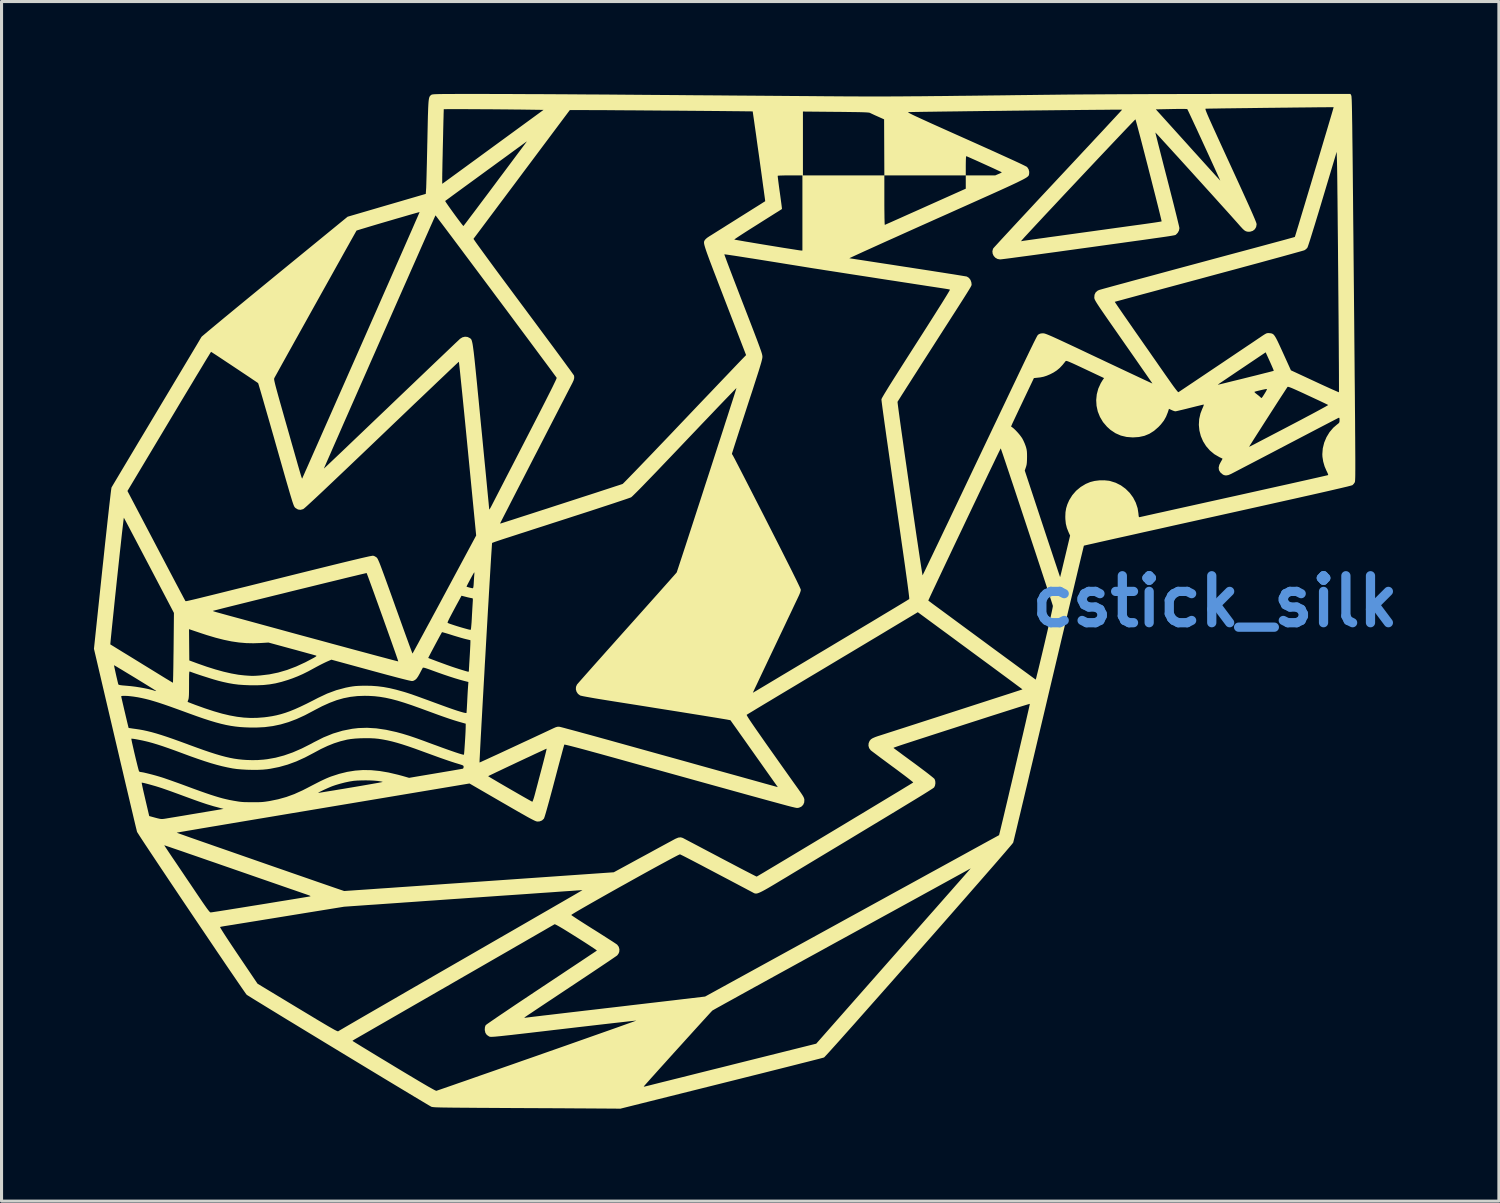
<source format=kicad_pcb>
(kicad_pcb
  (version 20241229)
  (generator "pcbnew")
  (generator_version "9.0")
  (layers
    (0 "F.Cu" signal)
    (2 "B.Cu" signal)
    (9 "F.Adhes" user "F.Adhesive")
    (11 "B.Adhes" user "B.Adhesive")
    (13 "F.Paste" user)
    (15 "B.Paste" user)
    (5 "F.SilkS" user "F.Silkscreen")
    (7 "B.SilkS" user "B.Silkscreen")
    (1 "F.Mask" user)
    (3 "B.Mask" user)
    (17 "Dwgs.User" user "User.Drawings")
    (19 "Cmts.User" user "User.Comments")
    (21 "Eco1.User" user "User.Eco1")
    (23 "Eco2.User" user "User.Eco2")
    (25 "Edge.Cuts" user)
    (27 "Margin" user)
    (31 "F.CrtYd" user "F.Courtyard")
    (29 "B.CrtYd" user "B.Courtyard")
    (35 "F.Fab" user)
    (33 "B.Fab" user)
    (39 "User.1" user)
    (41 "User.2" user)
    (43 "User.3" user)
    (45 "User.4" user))
  (footprint "cstick_silk"
    (layer "F.Cu")
    (at 20.184 16.504)
    (property "Reference" "cstick_silk" (at 16.21 -0.03 0) (layer "Cmts.User") (effects (font (size 1.524 1.524) (thickness 0.3))))
    (attr board_only exclude_from_pos_files exclude_from_bom)
    (fp_poly (pts (xy 20.63 -16.453) (xy 20.633 -16.446) (xy 20.635 -16.433) (xy 20.637 -16.414) (xy 20.639 -16.388) (xy 20.641 -16.353) (xy 20.644 -16.308) (xy 20.646 -16.253) (xy 20.648 -16.187) (xy 20.65 -16.108) (xy 20.652 -16.016) (xy 20.654 -15.909) (xy 20.656 -15.787) (xy 20.658 -15.648) (xy 20.661 -15.492) (xy 20.663 -15.317) (xy 20.665 -15.122) (xy 20.668 -14.907) (xy 20.671 -14.671) (xy 20.674 -14.412) (xy 20.677 -14.13) (xy 20.68 -13.823) (xy 20.683 -13.49) (xy 20.687 -13.131) (xy 20.69 -12.745) (xy 20.694 -12.33) (xy 20.699 -11.885) (xy 20.703 -11.41) (xy 20.708 -10.903) (xy 20.713 -10.364) (xy 20.715 -10.179) (xy 20.72 -9.632) (xy 20.725 -9.118) (xy 20.729 -8.636) (xy 20.733 -8.185) (xy 20.737 -7.763) (xy 20.74 -7.37) (xy 20.744 -7.005) (xy 20.747 -6.667) (xy 20.749 -6.355) (xy 20.752 -6.067) (xy 20.754 -5.802) (xy 20.755 -5.561) (xy 20.757 -5.34) (xy 20.758 -5.141) (xy 20.759 -4.961) (xy 20.76 -4.799) (xy 20.761 -4.655) (xy 20.761 -4.528) (xy 20.761 -4.415) (xy 20.761 -4.318) (xy 20.76 -4.233) (xy 20.76 -4.161) (xy 20.759 -4.1) (xy 20.758 -4.05) (xy 20.756 -4.009) (xy 20.755 -3.976) (xy 20.753 -3.95) (xy 20.751 -3.931) (xy 20.749 -3.917) (xy 20.747 -3.907) (xy 20.744 -3.9) (xy 20.744 -3.898) (xy 20.711 -3.849) (xy 20.671 -3.808) (xy 20.669 -3.806) (xy 20.654 -3.801) (xy 20.621 -3.791) (xy 20.568 -3.777) (xy 20.495 -3.758) (xy 20.401 -3.736) (xy 20.284 -3.708) (xy 20.145 -3.676) (xy 19.983 -3.638) (xy 19.796 -3.595) (xy 19.584 -3.547) (xy 19.347 -3.493) (xy 19.082 -3.434) (xy 18.791 -3.368) (xy 18.471 -3.297) (xy 18.122 -3.219) (xy 17.743 -3.134) (xy 17.334 -3.043) (xy 16.894 -2.945) (xy 16.421 -2.84) (xy 16.291 -2.811) (xy 15.915 -2.728) (xy 15.547 -2.646) (xy 15.19 -2.567) (xy 14.843 -2.49) (xy 14.51 -2.415) (xy 14.191 -2.344) (xy 13.887 -2.277) (xy 13.6 -2.212) (xy 13.331 -2.152) (xy 13.082 -2.097) (xy 12.854 -2.046) (xy 12.649 -2) (xy 12.467 -1.959) (xy 12.31 -1.923) (xy 12.18 -1.894) (xy 12.078 -1.871) (xy 12.005 -1.854) (xy 11.962 -1.844) (xy 11.951 -1.841) (xy 11.946 -1.824) (xy 11.934 -1.775) (xy 11.915 -1.696) (xy 11.889 -1.588) (xy 11.856 -1.452) (xy 11.817 -1.289) (xy 11.772 -1.101) (xy 11.722 -0.89) (xy 11.666 -0.656) (xy 11.605 -0.4) (xy 11.539 -0.125) (xy 11.469 0.169) (xy 11.395 0.48) (xy 11.318 0.808) (xy 11.236 1.15) (xy 11.152 1.506) (xy 11.065 1.874) (xy 10.975 2.253) (xy 10.883 2.641) (xy 10.809 2.952) (xy 10.716 3.348) (xy 10.624 3.735) (xy 10.534 4.113) (xy 10.447 4.48) (xy 10.363 4.835) (xy 10.282 5.177) (xy 10.204 5.503) (xy 10.131 5.814) (xy 10.061 6.106) (xy 9.996 6.381) (xy 9.935 6.635) (xy 9.88 6.867) (xy 9.829 7.077) (xy 9.785 7.263) (xy 9.747 7.423) (xy 9.714 7.557) (xy 9.689 7.663) (xy 9.67 7.739) (xy 9.659 7.785) (xy 9.655 7.798) (xy 9.642 7.816) (xy 9.608 7.859) (xy 9.553 7.924) (xy 9.479 8.01) (xy 9.388 8.117) (xy 9.279 8.243) (xy 9.155 8.387) (xy 9.016 8.547) (xy 8.863 8.722) (xy 8.698 8.911) (xy 8.522 9.113) (xy 8.335 9.326) (xy 8.14 9.55) (xy 7.936 9.782) (xy 7.726 10.022) (xy 7.51 10.268) (xy 7.29 10.519) (xy 7.066 10.774) (xy 6.839 11.031) (xy 6.611 11.29) (xy 6.384 11.549) (xy 6.157 11.806) (xy 5.932 12.061) (xy 5.711 12.312) (xy 5.493 12.558) (xy 5.282 12.797) (xy 5.076 13.029) (xy 4.879 13.252) (xy 4.69 13.465) (xy 4.512 13.667) (xy 4.344 13.855) (xy 4.188 14.03) (xy 4.046 14.19) (xy 3.918 14.333) (xy 3.805 14.458) (xy 3.71 14.564) (xy 3.632 14.65) (xy 3.572 14.714) (xy 3.533 14.756) (xy 3.515 14.773) (xy 3.514 14.773) (xy 3.494 14.779) (xy 3.442 14.793) (xy 3.36 14.815) (xy 3.251 14.843) (xy 3.114 14.878) (xy 2.953 14.919) (xy 2.769 14.965) (xy 2.562 15.018) (xy 2.336 15.075) (xy 2.09 15.137) (xy 1.828 15.203) (xy 1.551 15.273) (xy 1.259 15.346) (xy 0.955 15.422) (xy 0.641 15.501) (xy 0.317 15.582) (xy 0.185 15.615) (xy -3.1 16.436) (xy -3.266 16.433) (xy -3.3 16.433) (xy -3.367 16.432) (xy -3.464 16.432) (xy -3.589 16.431) (xy -3.741 16.43) (xy -3.917 16.429) (xy -4.116 16.428) (xy -4.335 16.426) (xy -4.574 16.425) (xy -4.829 16.423) (xy -5.099 16.422) (xy -5.383 16.42) (xy -5.678 16.419) (xy -5.982 16.417) (xy -6.294 16.416) (xy -6.303 16.416) (xy -6.67 16.414) (xy -7.004 16.412) (xy -7.307 16.41) (xy -7.581 16.409) (xy -7.828 16.407) (xy -8.048 16.405) (xy -8.243 16.404) (xy -8.415 16.402) (xy -8.565 16.401) (xy -8.695 16.399) (xy -8.807 16.398) (xy -8.901 16.396) (xy -8.98 16.394) (xy -9.045 16.392) (xy -9.097 16.39) (xy -9.139 16.387) (xy -9.171 16.384) (xy -9.195 16.381) (xy -9.212 16.378) (xy -9.225 16.375) (xy -9.234 16.371) (xy -9.235 16.371) (xy -9.264 16.354) (xy -9.32 16.322) (xy -9.4 16.274) (xy -9.504 16.212) (xy -9.63 16.137) (xy -9.776 16.05) (xy -9.94 15.951) (xy -10.121 15.842) (xy -10.317 15.724) (xy -10.526 15.598) (xy -10.747 15.465) (xy -10.978 15.325) (xy -11.218 15.18) (xy -11.464 15.031) (xy -11.715 14.879) (xy -11.969 14.725) (xy -12.225 14.57) (xy -12.482 14.414) (xy -12.736 14.26) (xy -12.78 14.233) (xy -11.792 14.233) (xy -11.778 14.243) (xy -11.737 14.269) (xy -11.671 14.31) (xy -11.581 14.365) (xy -11.471 14.433) (xy -11.342 14.511) (xy -11.196 14.6) (xy -11.035 14.698) (xy -10.862 14.803) (xy -10.677 14.914) (xy -10.484 15.031) (xy -10.45 15.052) (xy -10.198 15.204) (xy -9.974 15.338) (xy -9.776 15.456) (xy -9.605 15.558) (xy -9.46 15.643) (xy -9.339 15.714) (xy -9.241 15.769) (xy -9.166 15.811) (xy -9.113 15.838) (xy -9.081 15.852) (xy -9.07 15.855) (xy -9.051 15.849) (xy -9.001 15.832) (xy -8.922 15.805) (xy -8.815 15.768) (xy -8.683 15.722) (xy -8.665 15.716) (xy -2.338 15.716) (xy -2.324 15.719) (xy -2.292 15.713) (xy -2.27 15.708) (xy -2.218 15.695) (xy -2.136 15.675) (xy -2.027 15.647) (xy -1.891 15.613) (xy -1.732 15.573) (xy -1.55 15.528) (xy -1.347 15.477) (xy -1.125 15.422) (xy -0.886 15.362) (xy -0.632 15.298) (xy -0.364 15.231) (xy -0.084 15.161) (xy 0.207 15.089) (xy 0.506 15.014) (xy 0.508 15.013) (xy 3.262 14.325) (xy 5.681 11.581) (xy 5.914 11.317) (xy 6.141 11.059) (xy 6.362 10.809) (xy 6.575 10.567) (xy 6.78 10.334) (xy 6.976 10.112) (xy 7.161 9.903) (xy 7.334 9.706) (xy 7.494 9.524) (xy 7.641 9.358) (xy 7.772 9.208) (xy 7.888 9.077) (xy 7.987 8.965) (xy 8.067 8.874) (xy 8.128 8.804) (xy 8.169 8.758) (xy 8.189 8.735) (xy 8.189 8.735) (xy 8.277 8.634) (xy 8.184 8.686) (xy 8.162 8.699) (xy 8.11 8.727) (xy 8.032 8.77) (xy 7.928 8.827) (xy 7.799 8.898) (xy 7.646 8.982) (xy 7.471 9.078) (xy 7.275 9.186) (xy 7.059 9.305) (xy 6.825 9.433) (xy 6.573 9.572) (xy 6.305 9.719) (xy 6.022 9.874) (xy 5.726 10.037) (xy 5.417 10.206) (xy 5.097 10.382) (xy 4.768 10.563) (xy 4.429 10.749) (xy 4.083 10.939) (xy 4.007 10.98) (xy 3.661 11.17) (xy 3.322 11.357) (xy 2.991 11.538) (xy 2.671 11.714) (xy 2.362 11.884) (xy 2.065 12.047) (xy 1.782 12.203) (xy 1.514 12.351) (xy 1.262 12.489) (xy 1.027 12.619) (xy 0.811 12.738) (xy 0.615 12.847) (xy 0.439 12.944) (xy 0.286 13.028) (xy 0.156 13.101) (xy 0.05 13.159) (xy -0.03 13.204) (xy -0.082 13.234) (xy -0.107 13.248) (xy -0.109 13.249) (xy -0.125 13.266) (xy -0.162 13.305) (xy -0.217 13.365) (xy -0.289 13.444) (xy -0.376 13.539) (xy -0.476 13.649) (xy -0.587 13.771) (xy -0.707 13.903) (xy -0.834 14.044) (xy -0.967 14.19) (xy -1.103 14.341) (xy -1.241 14.493) (xy -1.379 14.645) (xy -1.514 14.795) (xy -1.645 14.941) (xy -1.771 15.08) (xy -1.889 15.211) (xy -1.997 15.332) (xy -2.094 15.439) (xy -2.177 15.533) (xy -2.245 15.609) (xy -2.296 15.666) (xy -2.328 15.703) (xy -2.338 15.716) (xy -8.665 15.716) (xy -8.527 15.668) (xy -8.348 15.605) (xy -8.147 15.536) (xy -7.927 15.459) (xy -7.689 15.375) (xy -7.433 15.286) (xy -7.163 15.192) (xy -6.879 15.092) (xy -6.583 14.989) (xy -6.277 14.881) (xy -5.961 14.771) (xy -5.804 14.716) (xy -5.486 14.604) (xy -5.175 14.495) (xy -4.876 14.39) (xy -4.587 14.288) (xy -4.312 14.191) (xy -4.052 14.099) (xy -3.808 14.013) (xy -3.581 13.933) (xy -3.374 13.86) (xy -3.188 13.794) (xy -3.023 13.735) (xy -2.883 13.685) (xy -2.767 13.644) (xy -2.679 13.612) (xy -2.618 13.59) (xy -2.587 13.578) (xy -2.583 13.576) (xy -2.601 13.577) (xy -2.65 13.582) (xy -2.729 13.59) (xy -2.836 13.602) (xy -2.969 13.617) (xy -3.126 13.635) (xy -3.305 13.655) (xy -3.504 13.678) (xy -3.722 13.703) (xy -3.956 13.73) (xy -4.205 13.759) (xy -4.466 13.789) (xy -4.738 13.821) (xy -4.943 13.845) (xy -5.271 13.883) (xy -5.567 13.918) (xy -5.833 13.949) (xy -6.07 13.977) (xy -6.28 14.001) (xy -6.465 14.022) (xy -6.627 14.041) (xy -6.767 14.056) (xy -6.886 14.069) (xy -6.987 14.08) (xy -7.072 14.088) (xy -7.141 14.095) (xy -7.197 14.099) (xy -7.241 14.102) (xy -7.275 14.103) (xy -7.301 14.103) (xy -7.32 14.102) (xy -7.335 14.099) (xy -7.346 14.096) (xy -7.355 14.092) (xy -7.359 14.09) (xy -7.432 14.04) (xy -7.478 13.973) (xy -7.497 13.886) (xy -7.498 13.86) (xy -7.492 13.787) (xy -7.473 13.734) (xy -7.464 13.722) (xy -7.446 13.707) (xy -7.401 13.674) (xy -7.332 13.626) (xy -7.239 13.562) (xy -7.125 13.484) (xy -7.111 13.474) (xy -6.21 13.474) (xy -6.209 13.483) (xy -6.178 13.482) (xy -6.168 13.481) (xy -6.144 13.478) (xy -6.089 13.471) (xy -6.004 13.461) (xy -5.891 13.447) (xy -5.753 13.431) (xy -5.591 13.411) (xy -5.407 13.39) (xy -5.204 13.366) (xy -4.984 13.34) (xy -4.748 13.312) (xy -4.498 13.283) (xy -4.237 13.252) (xy -3.967 13.221) (xy -3.855 13.208) (xy -3.569 13.174) (xy -3.283 13.141) (xy -3.001 13.108) (xy -2.726 13.075) (xy -2.459 13.044) (xy -2.204 13.014) (xy -1.963 12.986) (xy -1.74 12.96) (xy -1.536 12.936) (xy -1.355 12.915) (xy -1.199 12.896) (xy -1.072 12.881) (xy -0.975 12.87) (xy -0.973 12.87) (xy -0.345 12.795) (xy 3.949 10.437) (xy 4.31 10.238) (xy 4.667 10.043) (xy 5.017 9.85) (xy 5.36 9.662) (xy 5.694 9.478) (xy 6.019 9.3) (xy 6.331 9.129) (xy 6.631 8.964) (xy 6.916 8.807) (xy 7.187 8.659) (xy 7.44 8.52) (xy 7.675 8.391) (xy 7.89 8.273) (xy 8.085 8.166) (xy 8.257 8.071) (xy 8.405 7.99) (xy 8.529 7.922) (xy 8.626 7.869) (xy 8.696 7.83) (xy 8.72 7.817) (xy 9.197 7.556) (xy 9.223 7.451) (xy 9.25 7.34) (xy 9.282 7.207) (xy 9.319 7.054) (xy 9.36 6.882) (xy 9.404 6.695) (xy 9.452 6.494) (xy 9.502 6.283) (xy 9.553 6.063) (xy 9.607 5.837) (xy 9.661 5.607) (xy 9.715 5.375) (xy 9.769 5.145) (xy 9.822 4.917) (xy 9.874 4.695) (xy 9.924 4.481) (xy 9.972 4.278) (xy 10.016 4.087) (xy 10.057 3.911) (xy 10.093 3.752) (xy 10.125 3.613) (xy 10.152 3.496) (xy 10.173 3.403) (xy 10.187 3.337) (xy 10.195 3.301) (xy 10.196 3.294) (xy 10.179 3.298) (xy 10.132 3.311) (xy 10.056 3.334) (xy 9.955 3.365) (xy 9.829 3.404) (xy 9.682 3.451) (xy 9.515 3.504) (xy 9.33 3.563) (xy 9.129 3.627) (xy 8.915 3.695) (xy 8.689 3.768) (xy 8.453 3.844) (xy 8.393 3.863) (xy 8.052 3.973) (xy 7.742 4.074) (xy 7.461 4.164) (xy 7.207 4.246) (xy 6.981 4.319) (xy 6.779 4.385) (xy 6.601 4.442) (xy 6.445 4.493) (xy 6.31 4.537) (xy 6.194 4.575) (xy 6.095 4.607) (xy 6.013 4.634) (xy 5.946 4.657) (xy 5.893 4.675) (xy 5.851 4.69) (xy 5.82 4.701) (xy 5.798 4.709) (xy 5.783 4.716) (xy 5.775 4.72) (xy 5.771 4.723) (xy 5.771 4.725) (xy 5.772 4.727) (xy 5.773 4.727) (xy 5.789 4.74) (xy 5.829 4.77) (xy 5.892 4.816) (xy 5.974 4.876) (xy 6.071 4.949) (xy 6.183 5.031) (xy 6.305 5.121) (xy 6.429 5.211) (xy 6.569 5.315) (xy 6.698 5.412) (xy 6.814 5.499) (xy 6.914 5.576) (xy 6.995 5.641) (xy 7.056 5.69) (xy 7.093 5.723) (xy 7.103 5.735) (xy 7.125 5.797) (xy 7.13 5.872) (xy 7.117 5.947) (xy 7.09 6.005) (xy 7.082 6.012) (xy 7.066 6.024) (xy 7.041 6.042) (xy 7.004 6.066) (xy 6.957 6.096) (xy 6.898 6.134) (xy 6.826 6.179) (xy 6.74 6.233) (xy 6.639 6.295) (xy 6.523 6.366) (xy 6.39 6.447) (xy 6.24 6.538) (xy 6.072 6.64) (xy 5.885 6.754) (xy 5.678 6.879) (xy 5.45 7.017) (xy 5.201 7.167) (xy 4.929 7.331) (xy 4.634 7.509) (xy 4.315 7.702) (xy 3.971 7.909) (xy 3.6 8.132) (xy 3.203 8.371) (xy 2.778 8.627) (xy 2.51 8.788) (xy 2.299 8.916) (xy 2.114 9.026) (xy 1.955 9.122) (xy 1.819 9.203) (xy 1.703 9.271) (xy 1.606 9.326) (xy 1.525 9.37) (xy 1.459 9.403) (xy 1.405 9.427) (xy 1.362 9.443) (xy 1.326 9.451) (xy 1.296 9.452) (xy 1.271 9.448) (xy 1.247 9.44) (xy 1.222 9.427) (xy 1.196 9.413) (xy 1.184 9.406) (xy 1.159 9.393) (xy 1.127 9.376) (xy 1.087 9.355) (xy 1.037 9.329) (xy 0.976 9.296) (xy 0.9 9.256) (xy 0.809 9.208) (xy 0.7 9.15) (xy 0.571 9.082) (xy 0.422 9.003) (xy 0.249 8.912) (xy 0.051 8.808) (xy -0.174 8.689) (xy -0.321 8.612) (xy -0.475 8.53) (xy -0.621 8.454) (xy -0.755 8.384) (xy -0.875 8.322) (xy -0.977 8.269) (xy -1.06 8.227) (xy -1.12 8.198) (xy -1.154 8.181) (xy -1.162 8.179) (xy -1.183 8.187) (xy -1.232 8.21) (xy -1.306 8.248) (xy -1.403 8.299) (xy -1.519 8.361) (xy -1.654 8.434) (xy -1.804 8.515) (xy -1.969 8.605) (xy -2.144 8.701) (xy -2.329 8.803) (xy -2.52 8.909) (xy -2.716 9.018) (xy -2.914 9.129) (xy -3.113 9.239) (xy -3.309 9.349) (xy -3.501 9.457) (xy -3.687 9.562) (xy -3.863 9.662) (xy -4.029 9.756) (xy -4.181 9.843) (xy -4.317 9.921) (xy -4.436 9.99) (xy -4.535 10.048) (xy -4.611 10.094) (xy -4.663 10.127) (xy -4.688 10.145) (xy -4.69 10.147) (xy -4.677 10.159) (xy -4.638 10.186) (xy -4.575 10.228) (xy -4.492 10.283) (xy -4.391 10.348) (xy -4.274 10.423) (xy -4.145 10.505) (xy -4.006 10.593) (xy -3.97 10.615) (xy -3.826 10.705) (xy -3.691 10.791) (xy -3.566 10.871) (xy -3.454 10.943) (xy -3.358 11.004) (xy -3.282 11.054) (xy -3.229 11.09) (xy -3.2 11.111) (xy -3.198 11.113) (xy -3.149 11.18) (xy -3.127 11.261) (xy -3.133 11.347) (xy -3.134 11.349) (xy -3.158 11.405) (xy -3.195 11.455) (xy -3.198 11.458) (xy -3.218 11.474) (xy -3.265 11.506) (xy -3.336 11.555) (xy -3.43 11.619) (xy -3.544 11.696) (xy -3.677 11.785) (xy -3.826 11.885) (xy -3.99 11.995) (xy -4.167 12.113) (xy -4.355 12.238) (xy -4.552 12.369) (xy -4.719 12.48) (xy -4.921 12.614) (xy -5.115 12.743) (xy -5.299 12.866) (xy -5.472 12.98) (xy -5.631 13.086) (xy -5.775 13.182) (xy -5.902 13.267) (xy -6.009 13.339) (xy -6.096 13.396) (xy -6.159 13.439) (xy -6.198 13.466) (xy -6.21 13.474) (xy -7.111 13.474) (xy -6.992 13.393) (xy -6.84 13.291) (xy -6.673 13.178) (xy -6.491 13.055) (xy -6.296 12.925) (xy -6.09 12.788) (xy -5.875 12.644) (xy -5.653 12.497) (xy -5.651 12.495) (xy -5.429 12.348) (xy -5.215 12.206) (xy -5.01 12.07) (xy -4.817 11.941) (xy -4.636 11.821) (xy -4.47 11.711) (xy -4.32 11.611) (xy -4.188 11.523) (xy -4.076 11.448) (xy -3.985 11.388) (xy -3.918 11.343) (xy -3.875 11.314) (xy -3.859 11.303) (xy -3.859 11.303) (xy -3.87 11.291) (xy -3.907 11.264) (xy -3.967 11.223) (xy -4.049 11.169) (xy -4.148 11.104) (xy -4.262 11.03) (xy -4.388 10.95) (xy -4.525 10.863) (xy -4.527 10.862) (xy -4.693 10.758) (xy -4.833 10.671) (xy -4.948 10.6) (xy -5.041 10.545) (xy -5.114 10.503) (xy -5.167 10.474) (xy -5.204 10.456) (xy -5.227 10.449) (xy -5.235 10.45) (xy -5.252 10.46) (xy -5.297 10.486) (xy -5.368 10.527) (xy -5.464 10.582) (xy -5.582 10.651) (xy -5.722 10.731) (xy -5.881 10.823) (xy -6.059 10.925) (xy -6.252 11.037) (xy -6.46 11.156) (xy -6.681 11.284) (xy -6.914 11.418) (xy -7.156 11.557) (xy -7.407 11.702) (xy -7.664 11.85) (xy -7.926 12.001) (xy -8.191 12.153) (xy -8.458 12.307) (xy -8.724 12.461) (xy -8.99 12.613) (xy -9.251 12.764) (xy -9.508 12.912) (xy -9.759 13.056) (xy -10.001 13.195) (xy -10.233 13.329) (xy -10.454 13.456) (xy -10.662 13.576) (xy -10.855 13.687) (xy -11.031 13.788) (xy -11.19 13.88) (xy -11.329 13.96) (xy -11.447 14.028) (xy -11.542 14.082) (xy -11.612 14.123) (xy -11.657 14.148) (xy -11.67 14.156) (xy -11.726 14.188) (xy -11.769 14.215) (xy -11.791 14.231) (xy -11.792 14.233) (xy -12.78 14.233) (xy -12.987 14.107) (xy -13.233 13.958) (xy -13.473 13.812) (xy -13.704 13.671) (xy -13.926 13.537) (xy -14.135 13.409) (xy -14.331 13.289) (xy -14.513 13.178) (xy -14.677 13.077) (xy -14.824 12.987) (xy -14.95 12.91) (xy -15.055 12.845) (xy -15.136 12.794) (xy -15.193 12.759) (xy -15.223 12.739) (xy -15.227 12.736) (xy -15.244 12.715) (xy -15.278 12.667) (xy -15.328 12.595) (xy -15.394 12.5) (xy -15.474 12.384) (xy -15.567 12.248) (xy -15.672 12.094) (xy -15.788 11.925) (xy -15.913 11.741) (xy -16.046 11.544) (xy -16.187 11.337) (xy -16.333 11.12) (xy -16.485 10.895) (xy -16.64 10.665) (xy -16.726 10.538) (xy -16.091 10.538) (xy -16.085 10.553) (xy -16.061 10.596) (xy -16.02 10.663) (xy -15.963 10.753) (xy -15.89 10.866) (xy -15.802 10.999) (xy -15.702 11.15) (xy -15.589 11.319) (xy -15.492 11.463) (xy -14.874 12.378) (xy -13.576 13.162) (xy -13.35 13.298) (xy -13.15 13.418) (xy -12.977 13.523) (xy -12.827 13.612) (xy -12.699 13.688) (xy -12.591 13.752) (xy -12.502 13.803) (xy -12.43 13.844) (xy -12.373 13.876) (xy -12.329 13.898) (xy -12.297 13.913) (xy -12.275 13.921) (xy -12.261 13.924) (xy -12.254 13.922) (xy -12.253 13.921) (xy -12.237 13.911) (xy -12.192 13.884) (xy -12.12 13.842) (xy -12.023 13.785) (xy -11.901 13.714) (xy -11.756 13.63) (xy -11.588 13.532) (xy -11.4 13.423) (xy -11.192 13.303) (xy -10.965 13.172) (xy -10.721 13.031) (xy -10.461 12.881) (xy -10.186 12.722) (xy -9.898 12.555) (xy -9.597 12.382) (xy -9.285 12.202) (xy -8.963 12.016) (xy -8.631 11.825) (xy -8.293 11.63) (xy -8.277 11.621) (xy -7.938 11.426) (xy -7.607 11.235) (xy -7.286 11.05) (xy -6.974 10.87) (xy -6.673 10.697) (xy -6.385 10.531) (xy -6.111 10.373) (xy -5.852 10.223) (xy -5.609 10.083) (xy -5.383 9.953) (xy -5.176 9.833) (xy -4.988 9.725) (xy -4.821 9.628) (xy -4.677 9.545) (xy -4.556 9.475) (xy -4.459 9.418) (xy -4.388 9.377) (xy -4.344 9.351) (xy -4.328 9.342) (xy -4.328 9.342) (xy -4.345 9.341) (xy -4.389 9.344) (xy -4.454 9.348) (xy -4.534 9.353) (xy -4.55 9.355) (xy -4.597 9.358) (xy -4.675 9.364) (xy -4.782 9.371) (xy -4.915 9.38) (xy -5.072 9.391) (xy -5.25 9.404) (xy -5.446 9.418) (xy -5.659 9.432) (xy -5.885 9.448) (xy -6.122 9.465) (xy -6.367 9.482) (xy -6.6 9.498) (xy -7 9.525) (xy -7.369 9.551) (xy -7.71 9.575) (xy -8.024 9.596) (xy -8.315 9.617) (xy -8.585 9.635) (xy -8.838 9.653) (xy -9.075 9.67) (xy -9.299 9.685) (xy -9.512 9.7) (xy -9.718 9.715) (xy -9.919 9.729) (xy -10.006 9.735) (xy -10.097 9.741) (xy -10.216 9.75) (xy -10.359 9.76) (xy -10.519 9.771) (xy -10.693 9.783) (xy -10.874 9.796) (xy -11.058 9.809) (xy -11.213 9.819) (xy -12.065 9.879) (xy -13.001 10.031) (xy -13.217 10.066) (xy -13.458 10.105) (xy -13.715 10.147) (xy -13.979 10.19) (xy -14.243 10.233) (xy -14.496 10.274) (xy -14.731 10.312) (xy -14.877 10.336) (xy -15.056 10.365) (xy -15.228 10.393) (xy -15.39 10.419) (xy -15.539 10.443) (xy -15.67 10.465) (xy -15.781 10.482) (xy -15.867 10.496) (xy -15.925 10.505) (xy -15.945 10.508) (xy -16.009 10.519) (xy -16.06 10.529) (xy -16.089 10.537) (xy -16.091 10.538) (xy -16.726 10.538) (xy -16.798 10.431) (xy -16.958 10.194) (xy -17.118 9.956) (xy -17.277 9.72) (xy -17.434 9.486) (xy -17.588 9.256) (xy -17.738 9.033) (xy -17.882 8.817) (xy -18.02 8.611) (xy -18.15 8.416) (xy -18.271 8.234) (xy -18.383 8.066) (xy -18.483 7.915) (xy -18.504 7.884) (xy -17.902 7.884) (xy -17.894 7.898) (xy -17.869 7.937) (xy -17.828 7.998) (xy -17.776 8.077) (xy -17.713 8.171) (xy -17.642 8.277) (xy -17.584 8.362) (xy -17.499 8.487) (xy -17.401 8.633) (xy -17.292 8.794) (xy -17.178 8.964) (xy -17.062 9.134) (xy -16.951 9.299) (xy -16.849 9.451) (xy -16.746 9.603) (xy -16.66 9.73) (xy -16.589 9.832) (xy -16.532 9.913) (xy -16.487 9.974) (xy -16.453 10.017) (xy -16.427 10.046) (xy -16.409 10.061) (xy -16.397 10.065) (xy -16.376 10.062) (xy -16.323 10.055) (xy -16.241 10.042) (xy -16.133 10.026) (xy -16.002 10.005) (xy -15.848 9.981) (xy -15.676 9.953) (xy -15.487 9.923) (xy -15.283 9.89) (xy -15.068 9.855) (xy -14.843 9.819) (xy -14.793 9.811) (xy -14.565 9.774) (xy -14.347 9.738) (xy -14.14 9.704) (xy -13.947 9.673) (xy -13.769 9.644) (xy -13.61 9.618) (xy -13.472 9.595) (xy -13.357 9.576) (xy -13.268 9.561) (xy -13.207 9.551) (xy -13.177 9.546) (xy -13.174 9.545) (xy -13.157 9.54) (xy -13.157 9.532) (xy -13.177 9.521) (xy -13.22 9.503) (xy -13.29 9.479) (xy -13.335 9.463) (xy -13.377 9.449) (xy -13.449 9.424) (xy -13.548 9.39) (xy -13.674 9.346) (xy -13.823 9.295) (xy -13.993 9.236) (xy -14.183 9.17) (xy -14.391 9.098) (xy -14.613 9.021) (xy -14.85 8.939) (xy -15.097 8.853) (xy -15.353 8.764) (xy -15.616 8.673) (xy -15.724 8.635) (xy -15.985 8.545) (xy -16.237 8.457) (xy -16.479 8.374) (xy -16.708 8.294) (xy -16.922 8.22) (xy -17.12 8.152) (xy -17.3 8.089) (xy -17.461 8.034) (xy -17.599 7.987) (xy -17.714 7.947) (xy -17.803 7.917) (xy -17.865 7.896) (xy -17.898 7.885) (xy -17.902 7.884) (xy -18.504 7.884) (xy -18.571 7.782) (xy -18.645 7.669) (xy -18.705 7.577) (xy -18.749 7.508) (xy -18.769 7.477) (xy -17.497 7.477) (xy -17.482 7.483) (xy -17.436 7.499) (xy -17.363 7.525) (xy -17.264 7.56) (xy -17.141 7.604) (xy -16.996 7.655) (xy -16.83 7.713) (xy -16.647 7.777) (xy -16.448 7.846) (xy -16.235 7.921) (xy -16.01 7.999) (xy -15.774 8.081) (xy -15.531 8.166) (xy -15.282 8.253) (xy -15.029 8.341) (xy -14.774 8.43) (xy -14.519 8.519) (xy -14.266 8.607) (xy -14.017 8.693) (xy -13.774 8.778) (xy -13.54 8.859) (xy -13.315 8.937) (xy -13.102 9.011) (xy -12.904 9.08) (xy -12.721 9.143) (xy -12.556 9.2) (xy -12.412 9.25) (xy -12.29 9.292) (xy -12.191 9.326) (xy -12.119 9.35) (xy -12.075 9.365) (xy -12.061 9.369) (xy -12.044 9.368) (xy -11.993 9.365) (xy -11.912 9.359) (xy -11.802 9.352) (xy -11.663 9.342) (xy -11.497 9.331) (xy -11.306 9.318) (xy -11.092 9.303) (xy -10.854 9.286) (xy -10.596 9.269) (xy -10.318 9.249) (xy -10.021 9.229) (xy -9.708 9.207) (xy -9.38 9.184) (xy -9.037 9.16) (xy -8.682 9.135) (xy -8.315 9.11) (xy -7.939 9.084) (xy -7.68 9.066) (xy -3.31 8.761) (xy -2.76 8.462) (xy -2.524 8.333) (xy -2.315 8.22) (xy -2.132 8.121) (xy -1.974 8.034) (xy -1.838 7.96) (xy -1.722 7.897) (xy -1.624 7.844) (xy -1.543 7.8) (xy -1.477 7.765) (xy -1.424 7.736) (xy -1.382 7.713) (xy -1.349 7.695) (xy -1.323 7.682) (xy -1.307 7.673) (xy -1.215 7.635) (xy -1.136 7.627) (xy -1.068 7.647) (xy -1.046 7.659) (xy -0.997 7.685) (xy -0.923 7.724) (xy -0.826 7.775) (xy -0.708 7.837) (xy -0.573 7.908) (xy -0.422 7.988) (xy -0.257 8.075) (xy -0.082 8.167) (xy 0.102 8.264) (xy 0.142 8.286) (xy 0.327 8.383) (xy 0.503 8.475) (xy 0.668 8.562) (xy 0.82 8.642) (xy 0.957 8.713) (xy 1.076 8.774) (xy 1.174 8.825) (xy 1.251 8.864) (xy 1.302 8.89) (xy 1.327 8.901) (xy 1.328 8.901) (xy 1.344 8.893) (xy 1.387 8.868) (xy 1.456 8.827) (xy 1.548 8.773) (xy 1.661 8.705) (xy 1.795 8.625) (xy 1.948 8.534) (xy 2.116 8.433) (xy 2.299 8.324) (xy 2.495 8.206) (xy 2.702 8.082) (xy 2.918 7.952) (xy 3.142 7.818) (xy 3.371 7.68) (xy 3.605 7.54) (xy 3.84 7.399) (xy 4.075 7.258) (xy 4.309 7.117) (xy 4.539 6.978) (xy 4.765 6.843) (xy 4.983 6.711) (xy 5.192 6.585) (xy 5.391 6.465) (xy 5.578 6.352) (xy 5.75 6.248) (xy 5.907 6.154) (xy 6.045 6.07) (xy 6.164 5.997) (xy 6.262 5.938) (xy 6.337 5.892) (xy 6.386 5.862) (xy 6.409 5.847) (xy 6.41 5.846) (xy 6.4 5.834) (xy 6.364 5.804) (xy 6.307 5.758) (xy 6.229 5.697) (xy 6.135 5.625) (xy 6.025 5.543) (xy 5.904 5.452) (xy 5.773 5.355) (xy 5.749 5.338) (xy 5.615 5.239) (xy 5.487 5.144) (xy 5.369 5.057) (xy 5.264 4.978) (xy 5.175 4.911) (xy 5.104 4.858) (xy 5.054 4.82) (xy 5.029 4.799) (xy 5.028 4.798) (xy 4.979 4.731) (xy 4.957 4.653) (xy 4.963 4.571) (xy 4.995 4.495) (xy 5.038 4.444) (xy 5.093 4.409) (xy 5.177 4.372) (xy 5.271 4.339) (xy 5.317 4.325) (xy 5.391 4.301) (xy 5.491 4.269) (xy 5.614 4.229) (xy 5.758 4.183) (xy 5.922 4.13) (xy 6.103 4.072) (xy 6.298 4.009) (xy 6.506 3.942) (xy 6.725 3.871) (xy 6.951 3.798) (xy 7.184 3.723) (xy 7.421 3.646) (xy 7.659 3.569) (xy 7.897 3.492) (xy 8.132 3.416) (xy 8.363 3.341) (xy 8.586 3.269) (xy 8.8 3.2) (xy 9.003 3.134) (xy 9.192 3.073) (xy 9.365 3.017) (xy 9.521 2.967) (xy 9.656 2.923) (xy 9.769 2.886) (xy 9.858 2.857) (xy 9.919 2.837) (xy 9.952 2.826) (xy 9.957 2.824) (xy 9.944 2.814) (xy 9.906 2.785) (xy 9.843 2.739) (xy 9.759 2.677) (xy 9.655 2.599) (xy 9.533 2.509) (xy 9.394 2.406) (xy 9.24 2.293) (xy 9.074 2.17) (xy 8.897 2.039) (xy 8.71 1.902) (xy 8.516 1.759) (xy 8.316 1.612) (xy 8.113 1.462) (xy 7.907 1.311) (xy 7.702 1.159) (xy 7.498 1.009) (xy 7.297 0.862) (xy 7.102 0.718) (xy 6.914 0.58) (xy 6.751 0.46) (xy 6.559 0.319) (xy 5.571 0.911) (xy 5.422 1.001) (xy 5.247 1.106) (xy 5.049 1.224) (xy 4.832 1.354) (xy 4.6 1.493) (xy 4.355 1.64) (xy 4.101 1.791) (xy 3.841 1.947) (xy 3.579 2.104) (xy 3.318 2.26) (xy 3.061 2.413) (xy 2.812 2.562) (xy 2.804 2.567) (xy 2.579 2.702) (xy 2.361 2.832) (xy 2.154 2.956) (xy 1.957 3.074) (xy 1.775 3.184) (xy 1.607 3.284) (xy 1.456 3.375) (xy 1.323 3.455) (xy 1.212 3.523) (xy 1.122 3.577) (xy 1.056 3.617) (xy 1.017 3.641) (xy 1.004 3.649) (xy 1.005 3.658) (xy 1.016 3.68) (xy 1.036 3.715) (xy 1.066 3.763) (xy 1.108 3.828) (xy 1.162 3.908) (xy 1.228 4.005) (xy 1.308 4.121) (xy 1.402 4.255) (xy 1.51 4.41) (xy 1.633 4.586) (xy 1.773 4.784) (xy 1.929 5.004) (xy 2.102 5.249) (xy 2.293 5.518) (xy 2.503 5.814) (xy 2.665 6.04) (xy 2.735 6.14) (xy 2.788 6.217) (xy 2.826 6.276) (xy 2.851 6.321) (xy 2.866 6.357) (xy 2.874 6.388) (xy 2.877 6.406) (xy 2.871 6.496) (xy 2.837 6.573) (xy 2.779 6.631) (xy 2.702 6.665) (xy 2.665 6.671) (xy 2.658 6.672) (xy 2.652 6.673) (xy 2.644 6.673) (xy 2.635 6.673) (xy 2.624 6.672) (xy 2.608 6.669) (xy 2.588 6.665) (xy 2.563 6.66) (xy 2.531 6.652) (xy 2.491 6.643) (xy 2.442 6.631) (xy 2.384 6.616) (xy 2.315 6.598) (xy 2.235 6.576) (xy 2.142 6.551) (xy 2.036 6.522) (xy 1.915 6.489) (xy 1.778 6.452) (xy 1.625 6.41) (xy 1.454 6.363) (xy 1.265 6.311) (xy 1.057 6.254) (xy 0.827 6.19) (xy 0.577 6.121) (xy 0.304 6.045) (xy 0.007 5.963) (xy -0.314 5.874) (xy -0.66 5.778) (xy -1.033 5.674) (xy -1.434 5.563) (xy -1.862 5.444) (xy -2.321 5.317) (xy -2.809 5.181) (xy -3.329 5.036) (xy -3.482 4.994) (xy -3.756 4.918) (xy -4.002 4.851) (xy -4.22 4.791) (xy -4.41 4.74) (xy -4.57 4.698) (xy -4.701 4.664) (xy -4.802 4.639) (xy -4.871 4.623) (xy -4.909 4.616) (xy -4.916 4.616) (xy -4.922 4.635) (xy -4.936 4.685) (xy -4.958 4.761) (xy -4.985 4.862) (xy -5.018 4.986) (xy -5.057 5.129) (xy -5.1 5.289) (xy -5.146 5.463) (xy -5.195 5.649) (xy -5.236 5.804) (xy -5.297 6.035) (xy -5.354 6.245) (xy -5.405 6.434) (xy -5.451 6.6) (xy -5.49 6.74) (xy -5.523 6.854) (xy -5.549 6.94) (xy -5.568 6.995) (xy -5.578 7.02) (xy -5.64 7.079) (xy -5.719 7.11) (xy -5.793 7.114) (xy -5.811 7.111) (xy -5.835 7.104) (xy -5.867 7.091) (xy -5.908 7.072) (xy -5.961 7.045) (xy -6.028 7.01) (xy -6.111 6.965) (xy -6.211 6.908) (xy -6.332 6.84) (xy -6.475 6.758) (xy -6.642 6.662) (xy -6.835 6.55) (xy -6.933 6.494) (xy -7.994 5.879) (xy -11.898 6.533) (xy -12.413 6.619) (xy -12.896 6.7) (xy -13.348 6.776) (xy -13.769 6.846) (xy -14.161 6.912) (xy -14.525 6.973) (xy -14.862 7.029) (xy -15.172 7.081) (xy -15.458 7.129) (xy -15.719 7.173) (xy -15.957 7.213) (xy -16.174 7.25) (xy -16.369 7.282) (xy -16.545 7.312) (xy -16.701 7.338) (xy -16.84 7.362) (xy -16.962 7.383) (xy -17.069 7.401) (xy -17.16 7.416) (xy -17.238 7.43) (xy -17.304 7.441) (xy -17.357 7.45) (xy -17.401 7.458) (xy -17.434 7.464) (xy -17.46 7.469) (xy -17.477 7.472) (xy -17.489 7.475) (xy -17.495 7.476) (xy -17.497 7.477) (xy -18.769 7.477) (xy -18.777 7.464) (xy -18.786 7.447) (xy -18.792 7.424) (xy -18.805 7.369) (xy -18.826 7.285) (xy -18.853 7.172) (xy -18.886 7.034) (xy -18.924 6.871) (xy -18.968 6.686) (xy -19.017 6.479) (xy -19.07 6.253) (xy -19.128 6.009) (xy -19.165 5.853) (xy -18.635 5.853) (xy -18.633 5.871) (xy -18.624 5.917) (xy -18.609 5.989) (xy -18.589 6.082) (xy -18.564 6.192) (xy -18.535 6.316) (xy -18.516 6.398) (xy -18.39 6.936) (xy -18.197 6.989) (xy -18.112 7.011) (xy -18.05 7.025) (xy -18.002 7.032) (xy -17.959 7.032) (xy -17.911 7.027) (xy -17.885 7.023) (xy -17.846 7.017) (xy -17.776 7.005) (xy -17.681 6.989) (xy -17.563 6.97) (xy -17.426 6.947) (xy -17.274 6.922) (xy -17.11 6.894) (xy -16.938 6.865) (xy -16.871 6.854) (xy -15.976 6.704) (xy -16.186 6.648) (xy -16.296 6.619) (xy -16.406 6.586) (xy -16.522 6.551) (xy -16.648 6.509) (xy -16.788 6.461) (xy -16.947 6.404) (xy -17.13 6.337) (xy -17.267 6.287) (xy -17.401 6.237) (xy -17.539 6.187) (xy -17.673 6.138) (xy -17.797 6.094) (xy -17.903 6.057) (xy -17.978 6.031) (xy -18.076 5.999) (xy -18.18 5.967) (xy -18.285 5.937) (xy -18.384 5.909) (xy -18.474 5.885) (xy -18.549 5.866) (xy -18.603 5.855) (xy -18.632 5.852) (xy -18.635 5.853) (xy -19.165 5.853) (xy -19.189 5.75) (xy -19.253 5.476) (xy -19.321 5.19) (xy -19.39 4.893) (xy -19.462 4.587) (xy -19.496 4.443) (xy -19.5 4.426) (xy -18.97 4.426) (xy -18.969 4.444) (xy -18.96 4.49) (xy -18.946 4.56) (xy -18.926 4.648) (xy -18.903 4.749) (xy -18.878 4.86) (xy -18.851 4.974) (xy -18.824 5.088) (xy -18.797 5.196) (xy -18.773 5.294) (xy -18.752 5.376) (xy -18.735 5.439) (xy -18.723 5.477) (xy -18.72 5.486) (xy -18.69 5.503) (xy -18.666 5.507) (xy -18.629 5.512) (xy -18.564 5.524) (xy -18.48 5.544) (xy -18.381 5.568) (xy -18.273 5.596) (xy -18.164 5.626) (xy -18.058 5.657) (xy -17.987 5.679) (xy -17.918 5.701) (xy -17.823 5.734) (xy -17.707 5.774) (xy -17.576 5.821) (xy -17.435 5.871) (xy -17.29 5.924) (xy -17.182 5.964) (xy -16.947 6.051) (xy -16.74 6.126) (xy -16.558 6.19) (xy -16.396 6.245) (xy -16.252 6.291) (xy -16.123 6.33) (xy -16.004 6.363) (xy -15.892 6.39) (xy -15.784 6.414) (xy -15.676 6.434) (xy -15.657 6.438) (xy -15.567 6.453) (xy -15.495 6.465) (xy -15.433 6.473) (xy -15.373 6.479) (xy -15.308 6.483) (xy -15.231 6.485) (xy -15.134 6.486) (xy -15.035 6.487) (xy -14.909 6.487) (xy -14.806 6.485) (xy -14.715 6.48) (xy -14.627 6.47) (xy -14.531 6.456) (xy -14.481 6.448) (xy -14.203 6.391) (xy -13.939 6.317) (xy -13.678 6.222) (xy -13.591 6.182) (xy -12.905 6.182) (xy -12.903 6.184) (xy -12.884 6.182) (xy -12.834 6.174) (xy -12.757 6.162) (xy -12.655 6.145) (xy -12.531 6.125) (xy -12.388 6.102) (xy -12.229 6.075) (xy -12.057 6.047) (xy -11.875 6.016) (xy -11.849 6.012) (xy -11.666 5.981) (xy -11.493 5.952) (xy -11.334 5.924) (xy -11.19 5.899) (xy -11.065 5.877) (xy -10.962 5.859) (xy -10.884 5.844) (xy -10.832 5.834) (xy -10.811 5.828) (xy -10.811 5.828) (xy -10.826 5.822) (xy -10.868 5.813) (xy -10.929 5.803) (xy -10.967 5.797) (xy -11.079 5.787) (xy -11.213 5.78) (xy -11.358 5.777) (xy -11.504 5.779) (xy -11.639 5.784) (xy -11.753 5.793) (xy -11.764 5.795) (xy -11.891 5.815) (xy -12.037 5.846) (xy -12.189 5.885) (xy -12.335 5.928) (xy -12.437 5.963) (xy -12.499 5.987) (xy -12.571 6.018) (xy -12.648 6.052) (xy -12.724 6.087) (xy -12.793 6.12) (xy -12.85 6.148) (xy -12.889 6.17) (xy -12.905 6.182) (xy -13.591 6.182) (xy -13.413 6.102) (xy -13.268 6.028) (xy -13.097 5.939) (xy -12.953 5.865) (xy -12.831 5.803) (xy -12.726 5.753) (xy -12.636 5.712) (xy -12.557 5.679) (xy -12.49 5.653) (xy -12.223 5.566) (xy -11.963 5.502) (xy -11.707 5.461) (xy -11.448 5.442) (xy -11.184 5.447) (xy -10.909 5.474) (xy -10.62 5.523) (xy -10.311 5.596) (xy -10.166 5.635) (xy -9.954 5.696) (xy -9.631 5.641) (xy -7.387 5.641) (xy -7.373 5.652) (xy -7.333 5.677) (xy -7.27 5.715) (xy -7.188 5.763) (xy -7.09 5.821) (xy -6.981 5.885) (xy -6.862 5.954) (xy -6.738 6.026) (xy -6.612 6.099) (xy -6.488 6.17) (xy -6.369 6.239) (xy -6.259 6.302) (xy -6.16 6.358) (xy -6.077 6.405) (xy -6.012 6.441) (xy -5.97 6.464) (xy -5.954 6.471) (xy -5.944 6.456) (xy -5.927 6.413) (xy -5.905 6.348) (xy -5.881 6.265) (xy -5.865 6.206) (xy -5.844 6.125) (xy -5.815 6.016) (xy -5.781 5.888) (xy -5.744 5.745) (xy -5.704 5.594) (xy -5.663 5.441) (xy -5.637 5.341) (xy -5.601 5.205) (xy -5.569 5.08) (xy -5.541 4.97) (xy -5.518 4.878) (xy -5.501 4.808) (xy -5.492 4.764) (xy -5.49 4.748) (xy -5.49 4.748) (xy -5.524 4.763) (xy -5.583 4.79) (xy -5.665 4.828) (xy -5.765 4.874) (xy -5.882 4.928) (xy -6.01 4.989) (xy -6.149 5.053) (xy -6.293 5.121) (xy -6.441 5.19) (xy -6.588 5.26) (xy -6.733 5.328) (xy -6.87 5.393) (xy -6.998 5.454) (xy -7.113 5.508) (xy -7.212 5.556) (xy -7.292 5.594) (xy -7.35 5.622) (xy -7.382 5.638) (xy -7.387 5.641) (xy -9.631 5.641) (xy -9.09 5.55) (xy -8.923 5.522) (xy -8.766 5.495) (xy -8.622 5.471) (xy -8.494 5.449) (xy -8.385 5.43) (xy -8.299 5.415) (xy -8.239 5.404) (xy -8.209 5.398) (xy -8.205 5.397) (xy -8.19 5.376) (xy -8.184 5.341) (xy -8.186 5.32) (xy -8.193 5.304) (xy -8.213 5.29) (xy -8.25 5.275) (xy -8.31 5.256) (xy -8.375 5.236) (xy -8.466 5.209) (xy -8.511 5.194) (xy -7.668 5.194) (xy -7.668 5.198) (xy -7.652 5.192) (xy -7.609 5.173) (xy -7.54 5.141) (xy -7.449 5.1) (xy -7.339 5.049) (xy -7.211 4.99) (xy -7.069 4.925) (xy -6.916 4.854) (xy -6.755 4.779) (xy -6.587 4.701) (xy -6.417 4.622) (xy -6.246 4.542) (xy -6.077 4.464) (xy -5.914 4.388) (xy -5.758 4.315) (xy -5.614 4.248) (xy -5.482 4.186) (xy -5.367 4.132) (xy -5.271 4.087) (xy -5.265 4.084) (xy -5.194 4.053) (xy -5.139 4.038) (xy -5.089 4.036) (xy -5.079 4.037) (xy -5.054 4.042) (xy -4.998 4.056) (xy -4.913 4.078) (xy -4.803 4.108) (xy -4.668 4.144) (xy -4.511 4.186) (xy -4.334 4.235) (xy -4.138 4.288) (xy -3.927 4.346) (xy -3.703 4.408) (xy -3.466 4.473) (xy -3.22 4.542) (xy -3.05 4.589) (xy -2.583 4.719) (xy -2.133 4.844) (xy -1.702 4.964) (xy -1.29 5.078) (xy -0.898 5.187) (xy -0.528 5.291) (xy -0.179 5.388) (xy 0.148 5.479) (xy 0.451 5.563) (xy 0.73 5.64) (xy 0.984 5.711) (xy 1.211 5.774) (xy 1.412 5.83) (xy 1.586 5.879) (xy 1.731 5.919) (xy 1.847 5.951) (xy 1.933 5.975) (xy 1.989 5.99) (xy 2.012 5.997) (xy 2.013 5.997) (xy 2.007 5.986) (xy 1.987 5.957) (xy 1.977 5.943) (xy 1.961 5.921) (xy 1.927 5.873) (xy 1.876 5.802) (xy 1.811 5.71) (xy 1.733 5.6) (xy 1.643 5.473) (xy 1.544 5.333) (xy 1.437 5.181) (xy 1.323 5.021) (xy 1.212 4.863) (xy 1.094 4.697) (xy 0.983 4.539) (xy 0.878 4.391) (xy 0.782 4.256) (xy 0.697 4.135) (xy 0.623 4.031) (xy 0.562 3.946) (xy 0.517 3.882) (xy 0.488 3.841) (xy 0.477 3.826) (xy 0.462 3.822) (xy 0.421 3.815) (xy 0.354 3.802) (xy 0.259 3.786) (xy 0.138 3.766) (xy -0.012 3.741) (xy -0.191 3.712) (xy -0.398 3.678) (xy -0.635 3.64) (xy -0.902 3.597) (xy -1.2 3.549) (xy -1.528 3.497) (xy -1.888 3.44) (xy -2.279 3.377) (xy -2.703 3.31) (xy -3.16 3.238) (xy -3.279 3.219) (xy -3.523 3.18) (xy -3.739 3.145) (xy -3.927 3.114) (xy -4.084 3.086) (xy -4.212 3.063) (xy -4.308 3.045) (xy -4.373 3.03) (xy -4.405 3.021) (xy -4.405 3.02) (xy -4.472 2.97) (xy -4.518 2.901) (xy -4.541 2.823) (xy -4.537 2.743) (xy -4.506 2.67) (xy -4.503 2.666) (xy -4.487 2.647) (xy -4.45 2.604) (xy -4.394 2.54) (xy -4.318 2.454) (xy -4.225 2.349) (xy -4.116 2.226) (xy -3.993 2.087) (xy -3.856 1.933) (xy -3.706 1.765) (xy -3.547 1.586) (xy -3.377 1.396) (xy -3.2 1.197) (xy -3.016 0.991) (xy -2.872 0.83) (xy -2.684 0.62) (xy -2.502 0.416) (xy -2.328 0.221) (xy -2.162 0.035) (xy -2.007 -0.139) (xy -1.862 -0.301) (xy -1.731 -0.449) (xy -1.613 -0.582) (xy -1.51 -0.697) (xy -1.424 -0.795) (xy -1.355 -0.872) (xy -1.306 -0.928) (xy -1.276 -0.962) (xy -1.268 -0.972) (xy -1.261 -0.991) (xy -1.245 -1.04) (xy -1.219 -1.118) (xy -1.185 -1.221) (xy -1.143 -1.349) (xy -1.093 -1.5) (xy -1.037 -1.671) (xy -0.975 -1.86) (xy -0.908 -2.066) (xy -0.836 -2.287) (xy -0.76 -2.52) (xy -0.681 -2.764) (xy -0.599 -3.017) (xy -0.514 -3.277) (xy -0.428 -3.542) (xy -0.342 -3.81) (xy -0.254 -4.079) (xy -0.167 -4.347) (xy -0.081 -4.613) (xy 0.003 -4.873) (xy 0.085 -5.128) (xy 0.165 -5.373) (xy 0.241 -5.608) (xy 0.312 -5.831) (xy 0.38 -6.039) (xy 0.441 -6.231) (xy 0.497 -6.405) (xy 0.547 -6.559) (xy 0.589 -6.69) (xy 0.623 -6.798) (xy 0.649 -6.88) (xy 0.665 -6.933) (xy 0.672 -6.957) (xy 0.673 -6.958) (xy 0.66 -6.947) (xy 0.626 -6.912) (xy 0.571 -6.856) (xy 0.497 -6.779) (xy 0.404 -6.683) (xy 0.295 -6.57) (xy 0.17 -6.44) (xy 0.031 -6.295) (xy -0.12 -6.136) (xy -0.283 -5.965) (xy -0.457 -5.784) (xy -0.639 -5.592) (xy -0.829 -5.393) (xy -1.006 -5.207) (xy -1.268 -4.931) (xy -1.507 -4.681) (xy -1.724 -4.454) (xy -1.918 -4.25) (xy -2.092 -4.07) (xy -2.244 -3.913) (xy -2.375 -3.777) (xy -2.486 -3.664) (xy -2.578 -3.572) (xy -2.65 -3.501) (xy -2.702 -3.45) (xy -2.736 -3.42) (xy -2.749 -3.41) (xy -2.775 -3.4) (xy -2.831 -3.38) (xy -2.914 -3.351) (xy -3.024 -3.314) (xy -3.156 -3.27) (xy -3.311 -3.218) (xy -3.484 -3.161) (xy -3.674 -3.099) (xy -3.88 -3.031) (xy -4.097 -2.96) (xy -4.326 -2.886) (xy -4.562 -2.81) (xy -4.584 -2.803) (xy -4.83 -2.723) (xy -5.075 -2.644) (xy -5.315 -2.567) (xy -5.548 -2.491) (xy -5.771 -2.42) (xy -5.981 -2.352) (xy -6.174 -2.289) (xy -6.35 -2.233) (xy -6.503 -2.183) (xy -6.633 -2.141) (xy -6.735 -2.108) (xy -6.795 -2.089) (xy -6.912 -2.051) (xy -7.02 -2.015) (xy -7.112 -1.984) (xy -7.186 -1.958) (xy -7.236 -1.939) (xy -7.259 -1.93) (xy -7.26 -1.929) (xy -7.262 -1.912) (xy -7.266 -1.862) (xy -7.271 -1.782) (xy -7.278 -1.675) (xy -7.287 -1.541) (xy -7.297 -1.383) (xy -7.308 -1.202) (xy -7.32 -1.001) (xy -7.333 -0.781) (xy -7.347 -0.545) (xy -7.362 -0.294) (xy -7.377 -0.03) (xy -7.394 0.245) (xy -7.41 0.529) (xy -7.427 0.82) (xy -7.444 1.116) (xy -7.461 1.415) (xy -7.478 1.716) (xy -7.496 2.016) (xy -7.512 2.314) (xy -7.529 2.608) (xy -7.545 2.895) (xy -7.561 3.174) (xy -7.576 3.444) (xy -7.59 3.701) (xy -7.604 3.944) (xy -7.616 4.172) (xy -7.628 4.381) (xy -7.638 4.572) (xy -7.647 4.74) (xy -7.654 4.886) (xy -7.66 5.006) (xy -7.665 5.098) (xy -7.667 5.162) (xy -7.668 5.194) (xy -8.511 5.194) (xy -8.568 5.176) (xy -8.684 5.137) (xy -8.817 5.091) (xy -8.971 5.037) (xy -9.147 4.973) (xy -9.35 4.899) (xy -9.531 4.833) (xy -9.77 4.746) (xy -9.983 4.672) (xy -10.173 4.61) (xy -10.346 4.558) (xy -10.505 4.515) (xy -10.655 4.48) (xy -10.801 4.452) (xy -10.945 4.429) (xy -11.074 4.416) (xy -11.224 4.409) (xy -11.385 4.408) (xy -11.549 4.412) (xy -11.706 4.421) (xy -11.848 4.436) (xy -11.966 4.455) (xy -11.97 4.456) (xy -12.185 4.509) (xy -12.394 4.576) (xy -12.603 4.66) (xy -12.82 4.762) (xy -13.041 4.881) (xy -13.336 5.036) (xy -13.619 5.164) (xy -13.897 5.266) (xy -14.174 5.344) (xy -14.456 5.4) (xy -14.564 5.416) (xy -14.7 5.429) (xy -14.859 5.436) (xy -15.033 5.437) (xy -15.212 5.433) (xy -15.386 5.423) (xy -15.547 5.409) (xy -15.682 5.39) (xy -15.851 5.357) (xy -16.022 5.319) (xy -16.2 5.273) (xy -16.389 5.219) (xy -16.593 5.154) (xy -16.815 5.079) (xy -17.061 4.992) (xy -17.317 4.897) (xy -17.558 4.808) (xy -17.77 4.732) (xy -17.958 4.667) (xy -18.125 4.613) (xy -18.274 4.568) (xy -18.408 4.531) (xy -18.427 4.526) (xy -18.519 4.504) (xy -18.616 4.482) (xy -18.711 4.463) (xy -18.8 4.446) (xy -18.876 4.433) (xy -18.933 4.426) (xy -18.965 4.424) (xy -18.97 4.426) (xy -19.5 4.426) (xy -19.823 3.048) (xy -19.3 3.048) (xy -19.296 3.068) (xy -19.286 3.115) (xy -19.27 3.185) (xy -19.25 3.273) (xy -19.226 3.375) (xy -19.201 3.484) (xy -19.174 3.597) (xy -19.148 3.708) (xy -19.123 3.813) (xy -19.101 3.906) (xy -19.082 3.984) (xy -19.068 4.041) (xy -19.06 4.071) (xy -19.058 4.076) (xy -19.041 4.079) (xy -18.996 4.085) (xy -18.931 4.095) (xy -18.851 4.106) (xy -18.835 4.108) (xy -18.708 4.127) (xy -18.58 4.15) (xy -18.449 4.179) (xy -18.311 4.213) (xy -18.162 4.255) (xy -17.999 4.305) (xy -17.819 4.364) (xy -17.619 4.433) (xy -17.394 4.514) (xy -17.142 4.606) (xy -17.123 4.614) (xy -16.863 4.709) (xy -16.631 4.792) (xy -16.423 4.863) (xy -16.236 4.923) (xy -16.067 4.973) (xy -15.912 5.014) (xy -15.768 5.047) (xy -15.631 5.073) (xy -15.499 5.092) (xy -15.368 5.106) (xy -15.242 5.115) (xy -15.045 5.121) (xy -14.865 5.118) (xy -14.685 5.105) (xy -14.557 5.09) (xy -14.288 5.042) (xy -14.013 4.969) (xy -13.73 4.87) (xy -13.436 4.742) (xy -13.129 4.587) (xy -13.048 4.542) (xy -12.735 4.384) (xy -12.424 4.258) (xy -12.113 4.165) (xy -11.798 4.103) (xy -11.601 4.08) (xy -11.32 4.071) (xy -11.021 4.089) (xy -10.702 4.136) (xy -10.366 4.21) (xy -10.175 4.262) (xy -10.099 4.285) (xy -10.027 4.307) (xy -9.955 4.329) (xy -9.88 4.354) (xy -9.798 4.382) (xy -9.705 4.414) (xy -9.597 4.453) (xy -9.469 4.499) (xy -9.32 4.555) (xy -9.143 4.62) (xy -9.084 4.641) (xy -8.897 4.71) (xy -8.727 4.771) (xy -8.576 4.824) (xy -8.446 4.869) (xy -8.339 4.904) (xy -8.257 4.929) (xy -8.202 4.943) (xy -8.176 4.945) (xy -8.175 4.944) (xy -8.171 4.925) (xy -8.166 4.878) (xy -8.16 4.807) (xy -8.154 4.719) (xy -8.147 4.618) (xy -8.14 4.51) (xy -8.133 4.4) (xy -8.127 4.294) (xy -8.122 4.197) (xy -8.119 4.114) (xy -8.117 4.05) (xy -8.117 4.041) (xy -8.116 3.938) (xy -8.358 3.869) (xy -8.431 3.847) (xy -8.506 3.824) (xy -8.588 3.797) (xy -8.679 3.767) (xy -8.783 3.731) (xy -8.903 3.689) (xy -9.042 3.639) (xy -9.203 3.58) (xy -9.389 3.512) (xy -9.604 3.433) (xy -9.608 3.432) (xy -9.873 3.337) (xy -10.113 3.257) (xy -10.331 3.19) (xy -10.532 3.137) (xy -10.72 3.096) (xy -10.9 3.066) (xy -11.075 3.046) (xy -11.25 3.036) (xy -11.393 3.033) (xy -11.63 3.041) (xy -11.859 3.067) (xy -12.082 3.111) (xy -12.307 3.175) (xy -12.537 3.262) (xy -12.779 3.371) (xy -13.036 3.505) (xy -13.056 3.516) (xy -13.339 3.665) (xy -13.608 3.788) (xy -13.867 3.886) (xy -14.121 3.961) (xy -14.377 4.015) (xy -14.639 4.049) (xy -14.912 4.063) (xy -15.127 4.062) (xy -15.289 4.056) (xy -15.442 4.046) (xy -15.592 4.03) (xy -15.742 4.008) (xy -15.896 3.979) (xy -16.056 3.942) (xy -16.228 3.896) (xy -16.413 3.841) (xy -16.617 3.775) (xy -16.842 3.697) (xy -17.092 3.607) (xy -17.258 3.546) (xy -17.503 3.457) (xy -17.72 3.379) (xy -17.913 3.312) (xy -18.085 3.255) (xy -18.171 3.228) (xy -17.143 3.228) (xy -17.143 3.23) (xy -17.126 3.238) (xy -17.083 3.255) (xy -17.019 3.28) (xy -16.94 3.31) (xy -16.893 3.328) (xy -16.581 3.44) (xy -16.294 3.534) (xy -16.028 3.611) (xy -15.779 3.67) (xy -15.543 3.713) (xy -15.317 3.74) (xy -15.097 3.752) (xy -14.88 3.748) (xy -14.661 3.731) (xy -14.549 3.717) (xy -14.4 3.694) (xy -14.257 3.665) (xy -14.115 3.629) (xy -13.971 3.585) (xy -13.82 3.531) (xy -13.658 3.465) (xy -13.482 3.386) (xy -13.288 3.293) (xy -13.072 3.184) (xy -12.912 3.101) (xy -12.615 2.961) (xy -12.319 2.851) (xy -12.014 2.769) (xy -11.878 2.742) (xy -11.785 2.727) (xy -11.692 2.716) (xy -11.589 2.71) (xy -11.468 2.706) (xy -11.37 2.705) (xy -11.168 2.709) (xy -10.977 2.723) (xy -10.787 2.747) (xy -10.591 2.783) (xy -10.38 2.833) (xy -10.175 2.89) (xy -10.118 2.906) (xy -10.063 2.923) (xy -10.006 2.941) (xy -9.945 2.961) (xy -9.877 2.983) (xy -9.799 3.011) (xy -9.708 3.043) (xy -9.6 3.082) (xy -9.474 3.128) (xy -9.325 3.182) (xy -9.152 3.246) (xy -8.95 3.32) (xy -8.887 3.343) (xy -8.705 3.409) (xy -8.543 3.466) (xy -8.403 3.513) (xy -8.287 3.549) (xy -8.196 3.575) (xy -8.132 3.589) (xy -8.098 3.591) (xy -8.091 3.587) (xy -8.089 3.565) (xy -8.085 3.514) (xy -8.08 3.44) (xy -8.075 3.347) (xy -8.069 3.241) (xy -8.067 3.194) (xy -8.061 3.076) (xy -8.055 2.963) (xy -8.049 2.859) (xy -8.043 2.774) (xy -8.039 2.713) (xy -8.038 2.703) (xy -8.029 2.584) (xy -8.187 2.544) (xy -8.318 2.508) (xy -8.474 2.461) (xy -8.648 2.405) (xy -8.835 2.342) (xy -9.028 2.274) (xy -9.179 2.219) (xy -9.294 2.177) (xy -9.381 2.147) (xy -9.443 2.127) (xy -9.483 2.119) (xy -9.504 2.119) (xy -9.509 2.122) (xy -9.522 2.145) (xy -9.547 2.191) (xy -9.58 2.253) (xy -9.608 2.308) (xy -9.662 2.404) (xy -9.71 2.472) (xy -9.759 2.517) (xy -9.811 2.544) (xy -9.849 2.553) (xy -9.871 2.552) (xy -9.915 2.544) (xy -9.981 2.53) (xy -10.071 2.508) (xy -10.186 2.479) (xy -10.327 2.443) (xy -10.496 2.398) (xy -10.693 2.346) (xy -10.921 2.284) (xy -11.18 2.214) (xy -11.19 2.211) (xy -12.476 1.86) (xy -12.622 1.923) (xy -12.686 1.953) (xy -12.772 1.995) (xy -12.87 2.045) (xy -12.972 2.099) (xy -13.041 2.137) (xy -13.231 2.24) (xy -13.404 2.326) (xy -13.569 2.399) (xy -13.734 2.464) (xy -13.886 2.517) (xy -14.093 2.58) (xy -14.288 2.628) (xy -14.48 2.661) (xy -14.677 2.682) (xy -14.888 2.691) (xy -15.123 2.69) (xy -15.129 2.69) (xy -15.32 2.682) (xy -15.49 2.67) (xy -15.65 2.65) (xy -15.812 2.622) (xy -15.987 2.584) (xy -16.125 2.55) (xy -16.197 2.53) (xy -16.292 2.503) (xy -16.403 2.469) (xy -16.522 2.431) (xy -16.645 2.392) (xy -16.765 2.353) (xy -16.874 2.316) (xy -16.968 2.283) (xy -17.039 2.257) (xy -17.067 2.246) (xy -17.077 2.244) (xy -17.084 2.249) (xy -17.089 2.265) (xy -17.092 2.295) (xy -17.095 2.344) (xy -17.096 2.415) (xy -17.097 2.511) (xy -17.097 2.637) (xy -17.097 2.668) (xy -17.098 2.808) (xy -17.099 2.919) (xy -17.101 3.004) (xy -17.105 3.067) (xy -17.11 3.114) (xy -17.117 3.146) (xy -17.123 3.163) (xy -17.138 3.204) (xy -17.143 3.228) (xy -18.171 3.228) (xy -18.24 3.207) (xy -18.38 3.166) (xy -18.511 3.133) (xy -18.635 3.105) (xy -18.756 3.081) (xy -18.877 3.062) (xy -18.895 3.059) (xy -18.994 3.047) (xy -19.087 3.038) (xy -19.17 3.034) (xy -19.237 3.034) (xy -19.282 3.039) (xy -19.3 3.048) (xy -19.3 3.048) (xy -19.823 3.048) (xy -20.059 2.04) (xy -19.532 2.04) (xy -19.53 2.057) (xy -19.522 2.1) (xy -19.508 2.165) (xy -19.491 2.243) (xy -19.472 2.33) (xy -19.452 2.418) (xy -19.432 2.502) (xy -19.415 2.575) (xy -19.401 2.631) (xy -19.393 2.661) (xy -19.383 2.671) (xy -19.359 2.68) (xy -19.316 2.688) (xy -19.25 2.696) (xy -19.156 2.704) (xy -19.109 2.708) (xy -18.979 2.72) (xy -18.835 2.738) (xy -18.688 2.761) (xy -18.544 2.787) (xy -18.414 2.814) (xy -18.305 2.842) (xy -18.266 2.853) (xy -18.205 2.871) (xy -18.173 2.879) (xy -18.166 2.875) (xy -18.169 2.871) (xy -18.187 2.858) (xy -18.229 2.831) (xy -18.294 2.791) (xy -18.376 2.74) (xy -18.473 2.68) (xy -18.582 2.613) (xy -18.698 2.542) (xy -18.818 2.468) (xy -18.94 2.394) (xy -19.059 2.322) (xy -19.172 2.254) (xy -19.275 2.191) (xy -19.366 2.137) (xy -19.44 2.092) (xy -19.495 2.06) (xy -19.526 2.043) (xy -19.532 2.04) (xy -20.059 2.04) (xy -20.184 1.507) (xy -20.169 1.363) (xy -19.653 1.363) (xy -19.638 1.373) (xy -19.597 1.398) (xy -19.533 1.437) (xy -19.45 1.489) (xy -19.35 1.55) (xy -19.237 1.62) (xy -19.113 1.695) (xy -19.071 1.721) (xy -18.921 1.813) (xy -18.76 1.912) (xy -18.595 2.014) (xy -18.432 2.114) (xy -18.279 2.208) (xy -18.144 2.291) (xy -18.063 2.341) (xy -17.954 2.408) (xy -17.855 2.469) (xy -17.768 2.521) (xy -17.699 2.563) (xy -17.649 2.593) (xy -17.624 2.607) (xy -17.621 2.609) (xy -17.619 2.592) (xy -17.617 2.545) (xy -17.615 2.469) (xy -17.612 2.368) (xy -17.61 2.243) (xy -17.607 2.099) (xy -17.605 1.938) (xy -17.603 1.762) (xy -17.6 1.574) (xy -17.599 1.476) (xy -17.593 0.869) (xy -17.098 0.869) (xy -17.089 1.885) (xy -16.818 1.985) (xy -16.524 2.088) (xy -16.241 2.177) (xy -15.973 2.251) (xy -15.724 2.308) (xy -15.495 2.349) (xy -15.305 2.37) (xy -15.2 2.378) (xy -15.119 2.383) (xy -15.053 2.386) (xy -14.992 2.385) (xy -14.925 2.382) (xy -14.845 2.377) (xy -14.782 2.372) (xy -14.491 2.337) (xy -14.204 2.278) (xy -13.916 2.194) (xy -13.623 2.083) (xy -13.323 1.945) (xy -13.054 1.803) (xy -12.998 1.77) (xy -12.968 1.749) (xy -12.962 1.735) (xy -12.973 1.728) (xy -12.995 1.721) (xy -13.047 1.706) (xy -13.125 1.684) (xy -13.225 1.657) (xy -13.344 1.624) (xy -13.48 1.587) (xy -13.627 1.546) (xy -13.762 1.51) (xy -14.518 1.304) (xy -14.77 1.319) (xy -15.007 1.327) (xy -15.241 1.322) (xy -15.476 1.302) (xy -15.716 1.267) (xy -15.968 1.215) (xy -16.235 1.147) (xy -16.523 1.061) (xy -16.706 1.001) (xy -17.098 0.869) (xy -17.593 0.869) (xy -17.588 0.343) (xy -17.622 0.277) (xy -16.326 0.277) (xy -16.317 0.283) (xy -16.282 0.296) (xy -16.226 0.313) (xy -16.173 0.328) (xy -15.763 0.441) (xy -15.357 0.551) (xy -14.958 0.66) (xy -14.567 0.767) (xy -14.185 0.871) (xy -13.814 0.973) (xy -13.454 1.071) (xy -13.106 1.165) (xy -12.773 1.255) (xy -12.456 1.342) (xy -12.155 1.423) (xy -11.872 1.5) (xy -11.608 1.571) (xy -11.365 1.636) (xy -11.143 1.696) (xy -10.945 1.749) (xy -10.771 1.795) (xy -10.622 1.835) (xy -10.501 1.867) (xy -10.408 1.891) (xy -10.344 1.907) (xy -10.311 1.915) (xy -10.306 1.915) (xy -10.311 1.898) (xy -10.327 1.851) (xy -10.342 1.805) (xy -9.333 1.805) (xy -9.315 1.812) (xy -9.271 1.829) (xy -9.205 1.854) (xy -9.123 1.885) (xy -9.031 1.92) (xy -8.932 1.956) (xy -8.833 1.992) (xy -8.738 2.027) (xy -8.653 2.057) (xy -8.642 2.061) (xy -8.565 2.088) (xy -8.476 2.118) (xy -8.38 2.149) (xy -8.285 2.179) (xy -8.197 2.206) (xy -8.121 2.229) (xy -8.063 2.245) (xy -8.03 2.252) (xy -8.028 2.253) (xy -8.016 2.24) (xy -8.015 2.232) (xy -8.013 2.21) (xy -8.011 2.159) (xy -8.006 2.084) (xy -8.001 1.99) (xy -7.994 1.881) (xy -7.989 1.796) (xy -7.982 1.676) (xy -7.976 1.563) (xy -7.971 1.463) (xy -7.967 1.382) (xy -7.965 1.325) (xy -7.964 1.304) (xy -7.964 1.227) (xy -8.121 1.19) (xy -8.19 1.172) (xy -8.282 1.146) (xy -8.389 1.114) (xy -8.5 1.081) (xy -8.578 1.056) (xy -8.673 1.026) (xy -8.756 1.001) (xy -8.823 0.982) (xy -8.868 0.97) (xy -8.886 0.967) (xy -8.886 0.967) (xy -8.897 0.985) (xy -8.92 1.027) (xy -8.955 1.089) (xy -8.997 1.167) (xy -9.045 1.256) (xy -9.096 1.351) (xy -9.147 1.447) (xy -9.197 1.541) (xy -9.243 1.627) (xy -9.281 1.701) (xy -9.311 1.759) (xy -9.329 1.794) (xy -9.333 1.805) (xy -10.342 1.805) (xy -10.352 1.777) (xy -10.386 1.677) (xy -10.429 1.555) (xy -10.479 1.413) (xy -10.536 1.252) (xy -10.599 1.076) (xy -10.667 0.885) (xy -10.739 0.684) (xy -10.811 0.481) (xy -10.887 0.271) (xy -10.959 0.07) (xy -11.028 -0.12) (xy -11.091 -0.296) (xy -11.149 -0.456) (xy -11.201 -0.598) (xy -11.245 -0.719) (xy -11.281 -0.817) (xy -11.309 -0.89) (xy -11.326 -0.936) (xy -11.333 -0.952) (xy -11.35 -0.949) (xy -11.397 -0.938) (xy -11.474 -0.92) (xy -11.576 -0.896) (xy -11.703 -0.865) (xy -11.851 -0.83) (xy -12.02 -0.789) (xy -12.206 -0.743) (xy -12.407 -0.694) (xy -12.622 -0.642) (xy -12.847 -0.587) (xy -13.082 -0.529) (xy -13.323 -0.47) (xy -13.569 -0.41) (xy -13.817 -0.349) (xy -14.065 -0.287) (xy -14.311 -0.227) (xy -14.553 -0.167) (xy -14.788 -0.109) (xy -15.015 -0.053) (xy -15.231 0.001) (xy -15.434 0.051) (xy -15.622 0.098) (xy -15.792 0.14) (xy -15.943 0.178) (xy -16.072 0.211) (xy -16.177 0.238) (xy -16.256 0.258) (xy -16.307 0.271) (xy -16.326 0.277) (xy -17.622 0.277) (xy -18.395 -1.197) (xy -18.507 -1.409) (xy -18.614 -1.613) (xy -18.716 -1.807) (xy -18.811 -1.988) (xy -18.899 -2.155) (xy -18.978 -2.305) (xy -19.047 -2.437) (xy -19.106 -2.548) (xy -19.153 -2.637) (xy -19.188 -2.701) (xy -19.208 -2.739) (xy -19.213 -2.748) (xy -19.216 -2.733) (xy -19.223 -2.687) (xy -19.232 -2.61) (xy -19.244 -2.506) (xy -19.259 -2.377) (xy -19.277 -2.224) (xy -19.296 -2.049) (xy -19.317 -1.855) (xy -19.341 -1.643) (xy -19.365 -1.416) (xy -19.391 -1.175) (xy -19.418 -0.923) (xy -19.442 -0.701) (xy -19.469 -0.441) (xy -19.496 -0.19) (xy -19.521 0.05) (xy -19.544 0.276) (xy -19.566 0.486) (xy -19.586 0.679) (xy -19.604 0.852) (xy -19.619 1.003) (xy -19.632 1.131) (xy -19.642 1.233) (xy -19.649 1.307) (xy -19.653 1.351) (xy -19.653 1.363) (xy -20.169 1.363) (xy -19.91 -1.089) (xy -19.878 -1.383) (xy -19.848 -1.668) (xy -19.819 -1.942) (xy -19.79 -2.204) (xy -19.763 -2.451) (xy -19.738 -2.682) (xy -19.714 -2.895) (xy -19.693 -3.088) (xy -19.673 -3.26) (xy -19.656 -3.407) (xy -19.642 -3.529) (xy -19.631 -3.616) (xy -19.097 -3.616) (xy -18.163 -1.838) (xy -18.043 -1.609) (xy -17.927 -1.389) (xy -17.816 -1.178) (xy -17.712 -0.98) (xy -17.615 -0.796) (xy -17.526 -0.627) (xy -17.446 -0.477) (xy -17.377 -0.345) (xy -17.318 -0.235) (xy -17.272 -0.148) (xy -17.239 -0.087) (xy -17.22 -0.052) (xy -17.216 -0.045) (xy -17.214 -0.043) (xy -17.211 -0.041) (xy -17.207 -0.04) (xy -17.199 -0.04) (xy -17.186 -0.041) (xy -17.167 -0.044) (xy -17.141 -0.049) (xy -17.106 -0.057) (xy -17.061 -0.067) (xy -17.005 -0.08) (xy -16.935 -0.096) (xy -16.852 -0.116) (xy -16.753 -0.14) (xy -16.637 -0.169) (xy -16.502 -0.202) (xy -16.348 -0.24) (xy -16.174 -0.283) (xy -15.976 -0.332) (xy -15.756 -0.387) (xy -15.51 -0.448) (xy -15.237 -0.515) (xy -14.937 -0.59) (xy -14.608 -0.672) (xy -14.249 -0.761) (xy -13.939 -0.839) (xy -13.569 -0.931) (xy -13.231 -1.015) (xy -12.923 -1.091) (xy -12.644 -1.16) (xy -12.393 -1.222) (xy -12.169 -1.277) (xy -11.971 -1.325) (xy -11.797 -1.367) (xy -11.645 -1.403) (xy -11.516 -1.434) (xy -11.407 -1.459) (xy -11.318 -1.479) (xy -11.246 -1.495) (xy -11.192 -1.505) (xy -11.153 -1.512) (xy -11.129 -1.515) (xy -11.12 -1.515) (xy -11.068 -1.496) (xy -11.016 -1.463) (xy -11.006 -1.456) (xy -10.997 -1.445) (xy -10.986 -1.43) (xy -10.973 -1.409) (xy -10.958 -1.378) (xy -10.94 -1.337) (xy -10.917 -1.284) (xy -10.89 -1.216) (xy -10.858 -1.131) (xy -10.82 -1.029) (xy -10.775 -0.907) (xy -10.722 -0.762) (xy -10.661 -0.594) (xy -10.591 -0.4) (xy -10.511 -0.178) (xy -10.421 0.074) (xy -10.403 0.126) (xy -10.324 0.344) (xy -10.249 0.553) (xy -10.178 0.751) (xy -10.112 0.935) (xy -10.051 1.103) (xy -9.996 1.253) (xy -9.949 1.383) (xy -9.909 1.491) (xy -9.878 1.574) (xy -9.857 1.63) (xy -9.846 1.658) (xy -9.844 1.66) (xy -9.835 1.646) (xy -9.811 1.603) (xy -9.773 1.534) (xy -9.722 1.44) (xy -9.658 1.324) (xy -9.584 1.186) (xy -9.499 1.03) (xy -9.405 0.855) (xy -9.302 0.665) (xy -9.299 0.661) (xy -8.705 0.661) (xy -8.703 0.665) (xy -8.673 0.679) (xy -8.618 0.7) (xy -8.543 0.725) (xy -8.455 0.754) (xy -8.359 0.784) (xy -8.262 0.813) (xy -8.168 0.84) (xy -8.085 0.863) (xy -8.018 0.881) (xy -7.972 0.89) (xy -7.956 0.891) (xy -7.949 0.873) (xy -7.942 0.826) (xy -7.935 0.753) (xy -7.927 0.658) (xy -7.92 0.545) (xy -7.919 0.524) (xy -7.913 0.405) (xy -7.906 0.287) (xy -7.9 0.178) (xy -7.894 0.086) (xy -7.89 0.019) (xy -7.89 0.013) (xy -7.885 -0.059) (xy -7.885 -0.103) (xy -7.89 -0.126) (xy -7.9 -0.135) (xy -7.909 -0.136) (xy -7.938 -0.14) (xy -7.99 -0.151) (xy -8.058 -0.166) (xy -8.096 -0.176) (xy -8.253 -0.216) (xy -8.327 -0.078) (xy -8.42 0.092) (xy -8.497 0.236) (xy -8.56 0.354) (xy -8.61 0.449) (xy -8.649 0.524) (xy -8.676 0.58) (xy -8.694 0.62) (xy -8.703 0.646) (xy -8.705 0.661) (xy -9.299 0.661) (xy -9.192 0.461) (xy -9.075 0.245) (xy -8.953 0.019) (xy -8.827 -0.217) (xy -8.806 -0.255) (xy -8.669 -0.511) (xy -8.09 -0.511) (xy -8.071 -0.503) (xy -8.031 -0.491) (xy -7.981 -0.477) (xy -7.933 -0.466) (xy -7.898 -0.459) (xy -7.894 -0.459) (xy -7.881 -0.463) (xy -7.872 -0.48) (xy -7.865 -0.515) (xy -7.859 -0.575) (xy -7.855 -0.64) (xy -7.85 -0.725) (xy -7.845 -0.808) (xy -7.84 -0.875) (xy -7.837 -0.905) (xy -7.835 -0.95) (xy -7.837 -0.975) (xy -7.84 -0.976) (xy -7.853 -0.957) (xy -7.877 -0.916) (xy -7.91 -0.858) (xy -7.947 -0.789) (xy -7.986 -0.717) (xy -8.023 -0.647) (xy -8.055 -0.586) (xy -8.078 -0.54) (xy -8.089 -0.514) (xy -8.09 -0.511) (xy -8.669 -0.511) (xy -7.777 -2.171) (xy -8.052 -4.991) (xy -8.082 -5.297) (xy -8.111 -5.593) (xy -8.139 -5.879) (xy -8.166 -6.152) (xy -8.192 -6.41) (xy -8.216 -6.652) (xy -8.239 -6.876) (xy -8.26 -7.08) (xy -8.279 -7.263) (xy -8.295 -7.423) (xy -8.309 -7.557) (xy -8.321 -7.665) (xy -8.33 -7.745) (xy -8.336 -7.794) (xy -8.339 -7.811) (xy -8.339 -7.811) (xy -8.352 -7.8) (xy -8.389 -7.766) (xy -8.448 -7.711) (xy -8.527 -7.636) (xy -8.627 -7.542) (xy -8.745 -7.429) (xy -8.881 -7.3) (xy -9.033 -7.156) (xy -9.2 -6.996) (xy -9.382 -6.823) (xy -9.576 -6.638) (xy -9.783 -6.442) (xy -9.999 -6.235) (xy -10.225 -6.019) (xy -10.46 -5.795) (xy -10.701 -5.564) (xy -10.836 -5.435) (xy -11.152 -5.133) (xy -11.444 -4.854) (xy -11.713 -4.598) (xy -11.959 -4.363) (xy -12.184 -4.15) (xy -12.387 -3.957) (xy -12.57 -3.784) (xy -12.732 -3.63) (xy -12.875 -3.496) (xy -13 -3.379) (xy -13.106 -3.281) (xy -13.195 -3.199) (xy -13.266 -3.134) (xy -13.322 -3.084) (xy -13.362 -3.05) (xy -13.387 -3.031) (xy -13.394 -3.027) (xy -13.48 -3.004) (xy -13.561 -3.015) (xy -13.637 -3.06) (xy -13.651 -3.072) (xy -13.66 -3.081) (xy -13.668 -3.091) (xy -13.677 -3.104) (xy -13.687 -3.122) (xy -13.698 -3.147) (xy -13.711 -3.181) (xy -13.726 -3.224) (xy -13.745 -3.28) (xy -13.766 -3.349) (xy -13.792 -3.434) (xy -13.823 -3.536) (xy -13.858 -3.657) (xy -13.899 -3.798) (xy -13.947 -3.962) (xy -14.001 -4.15) (xy -14.062 -4.365) (xy -14.131 -4.607) (xy -14.208 -4.878) (xy -14.276 -5.116) (xy -14.347 -5.368) (xy -14.417 -5.611) (xy -14.483 -5.843) (xy -14.546 -6.061) (xy -14.605 -6.265) (xy -14.659 -6.452) (xy -14.707 -6.62) (xy -14.75 -6.767) (xy -14.786 -6.891) (xy -14.816 -6.99) (xy -14.837 -7.062) (xy -14.851 -7.105) (xy -14.855 -7.117) (xy -14.874 -7.131) (xy -14.918 -7.161) (xy -14.983 -7.205) (xy -15.04 -7.243) (xy -14.335 -7.243) (xy -14.333 -7.219) (xy -14.327 -7.186) (xy -14.317 -7.142) (xy -14.304 -7.086) (xy -14.286 -7.015) (xy -14.262 -6.926) (xy -14.233 -6.82) (xy -14.198 -6.692) (xy -14.156 -6.542) (xy -14.106 -6.366) (xy -14.049 -6.165) (xy -13.984 -5.934) (xy -13.911 -5.68) (xy -13.834 -5.409) (xy -13.766 -5.168) (xy -13.705 -4.956) (xy -13.653 -4.772) (xy -13.607 -4.612) (xy -13.569 -4.477) (xy -13.536 -4.363) (xy -13.509 -4.269) (xy -13.486 -4.193) (xy -13.469 -4.134) (xy -13.455 -4.089) (xy -13.444 -4.057) (xy -13.436 -4.036) (xy -13.431 -4.024) (xy -13.427 -4.019) (xy -13.424 -4.02) (xy -13.422 -4.024) (xy -13.42 -4.031) (xy -13.418 -4.037) (xy -13.417 -4.039) (xy -13.409 -4.056) (xy -13.388 -4.104) (xy -13.354 -4.18) (xy -13.309 -4.283) (xy -13.281 -4.344) (xy -12.72 -4.344) (xy -12.708 -4.355) (xy -12.672 -4.388) (xy -12.614 -4.442) (xy -12.535 -4.517) (xy -12.437 -4.61) (xy -12.321 -4.72) (xy -12.187 -4.847) (xy -12.038 -4.989) (xy -11.874 -5.146) (xy -11.697 -5.315) (xy -11.507 -5.496) (xy -11.307 -5.687) (xy -11.097 -5.888) (xy -10.878 -6.097) (xy -10.652 -6.312) (xy -10.542 -6.418) (xy -10.312 -6.638) (xy -10.088 -6.852) (xy -9.871 -7.059) (xy -9.663 -7.258) (xy -9.465 -7.447) (xy -9.278 -7.626) (xy -9.103 -7.793) (xy -8.942 -7.946) (xy -8.796 -8.085) (xy -8.666 -8.209) (xy -8.554 -8.316) (xy -8.461 -8.405) (xy -8.387 -8.474) (xy -8.335 -8.523) (xy -8.306 -8.551) (xy -8.301 -8.556) (xy -8.223 -8.604) (xy -8.14 -8.624) (xy -8.058 -8.616) (xy -7.999 -8.588) (xy -7.984 -8.579) (xy -7.972 -8.571) (xy -7.96 -8.563) (xy -7.949 -8.553) (xy -7.938 -8.539) (xy -7.929 -8.52) (xy -7.919 -8.495) (xy -7.91 -8.461) (xy -7.9 -8.418) (xy -7.89 -8.364) (xy -7.88 -8.297) (xy -7.869 -8.215) (xy -7.856 -8.118) (xy -7.843 -8.003) (xy -7.828 -7.869) (xy -7.812 -7.715) (xy -7.794 -7.538) (xy -7.774 -7.338) (xy -7.751 -7.113) (xy -7.727 -6.861) (xy -7.699 -6.581) (xy -7.669 -6.271) (xy -7.636 -5.929) (xy -7.618 -5.744) (xy -7.588 -5.445) (xy -7.56 -5.154) (xy -7.533 -4.874) (xy -7.507 -4.607) (xy -7.482 -4.354) (xy -7.459 -4.118) (xy -7.438 -3.899) (xy -7.419 -3.701) (xy -7.402 -3.524) (xy -7.387 -3.37) (xy -7.374 -3.242) (xy -7.365 -3.14) (xy -7.358 -3.068) (xy -7.354 -3.026) (xy -7.353 -3.016) (xy -7.346 -3.018) (xy -7.327 -3.046) (xy -7.3 -3.093) (xy -7.287 -3.118) (xy -7.271 -3.148) (xy -7.241 -3.207) (xy -7.197 -3.292) (xy -7.141 -3.401) (xy -7.073 -3.533) (xy -6.994 -3.686) (xy -6.906 -3.857) (xy -6.809 -4.046) (xy -6.704 -4.249) (xy -6.592 -4.465) (xy -6.475 -4.692) (xy -6.353 -4.929) (xy -6.227 -5.173) (xy -6.186 -5.253) (xy -6.023 -5.57) (xy -5.875 -5.857) (xy -5.742 -6.116) (xy -5.624 -6.347) (xy -5.52 -6.551) (xy -5.431 -6.728) (xy -5.354 -6.88) (xy -5.291 -7.007) (xy -5.242 -7.109) (xy -5.204 -7.188) (xy -5.179 -7.243) (xy -5.166 -7.277) (xy -5.163 -7.289) (xy -5.175 -7.306) (xy -5.206 -7.349) (xy -5.255 -7.415) (xy -5.32 -7.504) (xy -5.4 -7.613) (xy -5.495 -7.741) (xy -5.603 -7.886) (xy -5.723 -8.047) (xy -5.853 -8.223) (xy -5.993 -8.411) (xy -6.141 -8.61) (xy -6.296 -8.818) (xy -6.457 -9.034) (xy -6.622 -9.257) (xy -6.791 -9.484) (xy -6.963 -9.714) (xy -7.136 -9.945) (xy -7.308 -10.177) (xy -7.48 -10.407) (xy -7.649 -10.633) (xy -7.814 -10.854) (xy -7.975 -11.069) (xy -8.13 -11.276) (xy -8.277 -11.474) (xy -8.416 -11.659) (xy -8.523 -11.802) (xy -7.864 -11.802) (xy -7.855 -11.786) (xy -7.827 -11.745) (xy -7.781 -11.678) (xy -7.717 -11.589) (xy -7.635 -11.476) (xy -7.538 -11.343) (xy -7.426 -11.189) (xy -7.299 -11.016) (xy -7.159 -10.825) (xy -7.006 -10.618) (xy -6.841 -10.396) (xy -6.665 -10.159) (xy -6.479 -9.908) (xy -6.284 -9.646) (xy -6.244 -9.593) (xy -6.064 -9.35) (xy -5.889 -9.115) (xy -5.721 -8.888) (xy -5.56 -8.671) (xy -5.408 -8.466) (xy -5.265 -8.274) (xy -5.134 -8.096) (xy -5.014 -7.933) (xy -4.908 -7.789) (xy -4.816 -7.662) (xy -4.738 -7.557) (xy -4.677 -7.472) (xy -4.634 -7.411) (xy -4.608 -7.375) (xy -4.602 -7.365) (xy -4.594 -7.315) (xy -4.598 -7.264) (xy -4.616 -7.204) (xy -4.651 -7.128) (xy -4.666 -7.099) (xy -4.717 -7.001) (xy -4.779 -6.881) (xy -4.851 -6.742) (xy -4.932 -6.584) (xy -5.022 -6.411) (xy -5.118 -6.224) (xy -5.221 -6.024) (xy -5.329 -5.815) (xy -5.441 -5.598) (xy -5.556 -5.374) (xy -5.673 -5.147) (xy -5.791 -4.917) (xy -5.91 -4.688) (xy -6.027 -4.46) (xy -6.142 -4.236) (xy -6.254 -4.018) (xy -6.363 -3.807) (xy -6.466 -3.607) (xy -6.563 -3.418) (xy -6.653 -3.243) (xy -6.734 -3.084) (xy -6.807 -2.942) (xy -6.87 -2.82) (xy -6.921 -2.72) (xy -6.96 -2.643) (xy -6.986 -2.592) (xy -6.998 -2.569) (xy -6.998 -2.568) (xy -6.989 -2.559) (xy -6.972 -2.564) (xy -6.925 -2.579) (xy -6.849 -2.603) (xy -6.747 -2.636) (xy -6.621 -2.676) (xy -6.473 -2.724) (xy -6.304 -2.779) (xy -6.116 -2.839) (xy -5.912 -2.905) (xy -5.694 -2.976) (xy -5.462 -3.05) (xy -5.221 -3.129) (xy -5.019 -3.194) (xy -4.77 -3.275) (xy -4.529 -3.353) (xy -4.299 -3.428) (xy -4.081 -3.498) (xy -3.878 -3.564) (xy -3.692 -3.625) (xy -3.524 -3.68) (xy -3.377 -3.728) (xy -3.253 -3.769) (xy -3.153 -3.801) (xy -3.08 -3.825) (xy -3.036 -3.84) (xy -3.022 -3.845) (xy -3.007 -3.859) (xy -2.969 -3.896) (xy -2.911 -3.955) (xy -2.833 -4.035) (xy -2.737 -4.134) (xy -2.623 -4.251) (xy -2.495 -4.384) (xy -2.352 -4.533) (xy -2.195 -4.696) (xy -2.027 -4.871) (xy -1.849 -5.058) (xy -1.661 -5.254) (xy -1.465 -5.459) (xy -1.263 -5.672) (xy -1.151 -5.79) (xy -0.943 -6.008) (xy -0.74 -6.222) (xy -0.543 -6.429) (xy -0.353 -6.628) (xy -0.172 -6.817) (xy -0.002 -6.996) (xy 0.157 -7.163) (xy 0.303 -7.316) (xy 0.434 -7.453) (xy 0.549 -7.574) (xy 0.647 -7.677) (xy 0.727 -7.761) (xy 0.787 -7.823) (xy 0.825 -7.863) (xy 0.835 -7.873) (xy 0.985 -8.027) (xy 0.296 -9.813) (xy 0.188 -10.094) (xy 0.091 -10.345) (xy 0.006 -10.567) (xy -0.07 -10.764) (xy -0.135 -10.936) (xy -0.192 -11.085) (xy -0.239 -11.213) (xy -0.27 -11.298) (xy 0.279 -11.298) (xy 0.283 -11.282) (xy 0.3 -11.235) (xy 0.327 -11.162) (xy 0.363 -11.063) (xy 0.409 -10.941) (xy 0.463 -10.798) (xy 0.525 -10.636) (xy 0.593 -10.458) (xy 0.668 -10.264) (xy 0.747 -10.058) (xy 0.83 -9.842) (xy 0.892 -9.682) (xy 0.994 -9.419) (xy 1.084 -9.186) (xy 1.163 -8.981) (xy 1.232 -8.802) (xy 1.291 -8.647) (xy 1.342 -8.513) (xy 1.384 -8.4) (xy 1.419 -8.305) (xy 1.447 -8.226) (xy 1.47 -8.162) (xy 1.487 -8.11) (xy 1.499 -8.069) (xy 1.507 -8.036) (xy 1.512 -8.01) (xy 1.514 -7.989) (xy 1.515 -7.972) (xy 1.514 -7.952) (xy 1.51 -7.925) (xy 1.503 -7.89) (xy 1.492 -7.845) (xy 1.477 -7.787) (xy 1.456 -7.716) (xy 1.43 -7.629) (xy 1.398 -7.524) (xy 1.358 -7.399) (xy 1.311 -7.253) (xy 1.256 -7.082) (xy 1.193 -6.885) (xy 1.119 -6.661) (xy 1.036 -6.406) (xy 1.02 -6.357) (xy 0.949 -6.138) (xy 0.881 -5.929) (xy 0.816 -5.731) (xy 0.756 -5.547) (xy 0.702 -5.379) (xy 0.653 -5.228) (xy 0.611 -5.098) (xy 0.577 -4.991) (xy 0.551 -4.908) (xy 0.533 -4.852) (xy 0.526 -4.826) (xy 0.525 -4.825) (xy 0.536 -4.798) (xy 0.55 -4.779) (xy 0.56 -4.761) (xy 0.585 -4.715) (xy 0.624 -4.642) (xy 0.675 -4.543) (xy 0.738 -4.422) (xy 0.812 -4.278) (xy 0.896 -4.115) (xy 0.989 -3.934) (xy 1.09 -3.737) (xy 1.199 -3.524) (xy 1.314 -3.299) (xy 1.435 -3.063) (xy 1.561 -2.817) (xy 1.668 -2.606) (xy 1.839 -2.27) (xy 1.995 -1.964) (xy 2.136 -1.686) (xy 2.261 -1.437) (xy 2.372 -1.217) (xy 2.469 -1.024) (xy 2.551 -0.858) (xy 2.62 -0.719) (xy 2.674 -0.606) (xy 2.716 -0.518) (xy 2.744 -0.456) (xy 2.759 -0.418) (xy 2.762 -0.407) (xy 2.755 -0.368) (xy 2.736 -0.309) (xy 2.708 -0.241) (xy 2.696 -0.215) (xy 2.679 -0.179) (xy 2.649 -0.115) (xy 2.606 -0.025) (xy 2.552 0.088) (xy 2.489 0.222) (xy 2.417 0.374) (xy 2.337 0.541) (xy 2.252 0.722) (xy 2.161 0.913) (xy 2.066 1.112) (xy 1.991 1.271) (xy 1.894 1.475) (xy 1.799 1.674) (xy 1.709 1.864) (xy 1.624 2.044) (xy 1.545 2.21) (xy 1.474 2.36) (xy 1.412 2.491) (xy 1.36 2.602) (xy 1.319 2.689) (xy 1.29 2.749) (xy 1.277 2.776) (xy 1.204 2.934) (xy 1.284 2.887) (xy 1.307 2.874) (xy 1.358 2.844) (xy 1.434 2.798) (xy 1.535 2.738) (xy 1.659 2.664) (xy 1.804 2.577) (xy 1.968 2.479) (xy 2.151 2.369) (xy 2.351 2.25) (xy 2.565 2.122) (xy 2.793 1.986) (xy 3.032 1.843) (xy 3.282 1.693) (xy 3.541 1.539) (xy 3.807 1.38) (xy 3.813 1.376) (xy 4.077 1.218) (xy 4.335 1.064) (xy 4.582 0.915) (xy 4.819 0.773) (xy 5.044 0.639) (xy 5.255 0.512) (xy 5.45 0.394) (xy 5.629 0.287) (xy 5.789 0.191) (xy 5.93 0.106) (xy 6.049 0.034) (xy 6.145 -0.024) (xy 6.202 -0.059) (xy 6.9 -0.059) (xy 6.9 -0.059) (xy 6.915 -0.047) (xy 6.956 -0.017) (xy 7.019 0.031) (xy 7.104 0.094) (xy 7.209 0.171) (xy 7.33 0.26) (xy 7.467 0.361) (xy 7.618 0.472) (xy 7.779 0.591) (xy 7.95 0.717) (xy 8.129 0.849) (xy 8.313 0.984) (xy 8.5 1.122) (xy 8.689 1.261) (xy 8.877 1.4) (xy 9.063 1.537) (xy 9.245 1.67) (xy 9.42 1.799) (xy 9.587 1.921) (xy 9.743 2.036) (xy 9.887 2.142) (xy 10.017 2.237) (xy 10.131 2.32) (xy 10.226 2.39) (xy 10.301 2.445) (xy 10.354 2.483) (xy 10.382 2.504) (xy 10.387 2.507) (xy 10.392 2.491) (xy 10.405 2.445) (xy 10.423 2.37) (xy 10.448 2.271) (xy 10.478 2.149) (xy 10.512 2.008) (xy 10.55 1.849) (xy 10.592 1.675) (xy 10.636 1.49) (xy 10.673 1.334) (xy 10.718 1.139) (xy 10.762 0.953) (xy 10.802 0.779) (xy 10.838 0.619) (xy 10.87 0.476) (xy 10.897 0.353) (xy 10.919 0.253) (xy 10.934 0.178) (xy 10.942 0.131) (xy 10.944 0.116) (xy 10.938 0.095) (xy 10.922 0.043) (xy 10.897 -0.035) (xy 10.863 -0.14) (xy 10.822 -0.267) (xy 10.773 -0.417) (xy 10.718 -0.585) (xy 10.657 -0.771) (xy 10.591 -0.972) (xy 10.521 -1.186) (xy 10.447 -1.41) (xy 10.37 -1.644) (xy 10.29 -1.885) (xy 10.209 -2.13) (xy 10.127 -2.378) (xy 10.045 -2.626) (xy 9.963 -2.873) (xy 9.883 -3.116) (xy 9.804 -3.353) (xy 9.728 -3.583) (xy 9.655 -3.803) (xy 9.585 -4.011) (xy 9.521 -4.204) (xy 9.461 -4.382) (xy 9.408 -4.541) (xy 9.361 -4.68) (xy 9.322 -4.797) (xy 9.29 -4.889) (xy 9.268 -4.954) (xy 9.254 -4.991) (xy 9.251 -4.999) (xy 9.243 -4.984) (xy 9.221 -4.94) (xy 9.186 -4.87) (xy 9.14 -4.775) (xy 9.083 -4.657) (xy 9.017 -4.518) (xy 8.941 -4.361) (xy 8.857 -4.187) (xy 8.767 -3.998) (xy 8.67 -3.796) (xy 8.568 -3.583) (xy 8.463 -3.361) (xy 8.353 -3.132) (xy 8.242 -2.898) (xy 8.129 -2.661) (xy 8.016 -2.423) (xy 7.903 -2.186) (xy 7.791 -1.951) (xy 7.682 -1.722) (xy 7.577 -1.499) (xy 7.475 -1.285) (xy 7.379 -1.082) (xy 7.289 -0.891) (xy 7.206 -0.715) (xy 7.131 -0.556) (xy 7.064 -0.415) (xy 7.008 -0.295) (xy 6.962 -0.197) (xy 6.929 -0.124) (xy 6.907 -0.077) (xy 6.9 -0.059) (xy 6.202 -0.059) (xy 6.216 -0.068) (xy 6.262 -0.096) (xy 6.28 -0.108) (xy 6.28 -0.108) (xy 6.281 -0.119) (xy 6.28 -0.149) (xy 6.275 -0.198) (xy 6.267 -0.268) (xy 6.256 -0.359) (xy 6.241 -0.472) (xy 6.223 -0.609) (xy 6.201 -0.77) (xy 6.175 -0.955) (xy 6.146 -1.167) (xy 6.112 -1.407) (xy 6.074 -1.674) (xy 6.031 -1.97) (xy 5.985 -2.296) (xy 5.933 -2.653) (xy 5.877 -3.042) (xy 5.835 -3.33) (xy 5.788 -3.656) (xy 5.742 -3.973) (xy 5.698 -4.281) (xy 5.656 -4.576) (xy 5.616 -4.858) (xy 5.578 -5.125) (xy 5.542 -5.375) (xy 5.51 -5.606) (xy 5.48 -5.817) (xy 5.454 -6.007) (xy 5.431 -6.173) (xy 5.412 -6.313) (xy 5.397 -6.427) (xy 5.386 -6.513) (xy 5.38 -6.568) (xy 5.378 -6.591) (xy 5.378 -6.591) (xy 5.385 -6.61) (xy 5.403 -6.646) (xy 5.434 -6.7) (xy 5.477 -6.773) (xy 5.534 -6.866) (xy 5.604 -6.981) (xy 5.689 -7.117) (xy 5.79 -7.277) (xy 5.906 -7.46) (xy 6.038 -7.668) (xy 6.187 -7.902) (xy 6.354 -8.163) (xy 6.503 -8.396) (xy 6.676 -8.666) (xy 6.836 -8.917) (xy 6.982 -9.147) (xy 7.114 -9.355) (xy 7.231 -9.541) (xy 7.334 -9.703) (xy 7.42 -9.842) (xy 7.491 -9.957) (xy 7.544 -10.045) (xy 7.581 -10.108) (xy 7.6 -10.143) (xy 7.602 -10.152) (xy 7.578 -10.159) (xy 7.528 -10.169) (xy 7.461 -10.18) (xy 7.405 -10.189) (xy 7.314 -10.203) (xy 7.196 -10.221) (xy 7.052 -10.243) (xy 6.886 -10.268) (xy 6.7 -10.297) (xy 6.497 -10.328) (xy 6.279 -10.362) (xy 6.05 -10.397) (xy 5.812 -10.434) (xy 5.568 -10.471) (xy 5.321 -10.509) (xy 5.073 -10.548) (xy 4.827 -10.586) (xy 4.585 -10.623) (xy 4.352 -10.659) (xy 4.129 -10.694) (xy 3.918 -10.727) (xy 3.724 -10.757) (xy 3.548 -10.784) (xy 3.393 -10.809) (xy 3.262 -10.829) (xy 3.158 -10.845) (xy 3.083 -10.857) (xy 3.059 -10.861) (xy 2.684 -10.922) (xy 2.334 -10.978) (xy 2.008 -11.031) (xy 1.708 -11.079) (xy 1.435 -11.123) (xy 1.189 -11.162) (xy 1.128 -11.171) (xy 4.338 -11.171) (xy 4.358 -11.168) (xy 4.409 -11.16) (xy 4.489 -11.148) (xy 4.597 -11.131) (xy 4.729 -11.111) (xy 4.884 -11.087) (xy 5.059 -11.06) (xy 5.253 -11.03) (xy 5.463 -10.998) (xy 5.687 -10.964) (xy 5.923 -10.927) (xy 6.169 -10.889) (xy 6.239 -10.879) (xy 6.487 -10.84) (xy 6.727 -10.803) (xy 6.955 -10.768) (xy 7.17 -10.734) (xy 7.37 -10.703) (xy 7.552 -10.674) (xy 7.714 -10.649) (xy 7.854 -10.626) (xy 7.97 -10.607) (xy 8.06 -10.592) (xy 8.121 -10.582) (xy 8.151 -10.576) (xy 8.153 -10.575) (xy 8.218 -10.534) (xy 8.268 -10.469) (xy 8.297 -10.391) (xy 8.303 -10.341) (xy 8.303 -10.331) (xy 8.305 -10.323) (xy 8.305 -10.316) (xy 8.305 -10.308) (xy 8.303 -10.298) (xy 8.297 -10.283) (xy 8.288 -10.264) (xy 8.274 -10.237) (xy 8.254 -10.203) (xy 8.228 -10.159) (xy 8.194 -10.104) (xy 8.152 -10.036) (xy 8.101 -9.955) (xy 8.04 -9.858) (xy 7.967 -9.744) (xy 7.883 -9.612) (xy 7.786 -9.46) (xy 7.675 -9.288) (xy 7.55 -9.092) (xy 7.409 -8.873) (xy 7.252 -8.628) (xy 7.078 -8.356) (xy 7.05 -8.312) (xy 6.907 -8.089) (xy 6.769 -7.874) (xy 6.637 -7.668) (xy 6.513 -7.473) (xy 6.396 -7.291) (xy 6.29 -7.124) (xy 6.193 -6.973) (xy 6.109 -6.84) (xy 6.037 -6.728) (xy 5.98 -6.636) (xy 5.937 -6.569) (xy 5.91 -6.526) (xy 5.901 -6.51) (xy 5.902 -6.491) (xy 5.908 -6.44) (xy 5.918 -6.361) (xy 5.932 -6.254) (xy 5.95 -6.122) (xy 5.971 -5.968) (xy 5.995 -5.793) (xy 6.022 -5.6) (xy 6.052 -5.39) (xy 6.084 -5.166) (xy 6.117 -4.93) (xy 6.152 -4.684) (xy 6.189 -4.429) (xy 6.226 -4.169) (xy 6.264 -3.905) (xy 6.302 -3.639) (xy 6.341 -3.374) (xy 6.379 -3.112) (xy 6.416 -2.854) (xy 6.453 -2.602) (xy 6.488 -2.36) (xy 6.522 -2.128) (xy 6.555 -1.91) (xy 6.585 -1.707) (xy 6.613 -1.521) (xy 6.638 -1.354) (xy 6.66 -1.209) (xy 6.679 -1.088) (xy 6.694 -0.992) (xy 6.705 -0.924) (xy 6.712 -0.886) (xy 6.714 -0.879) (xy 6.723 -0.895) (xy 6.745 -0.941) (xy 6.781 -1.013) (xy 6.828 -1.112) (xy 6.887 -1.235) (xy 6.957 -1.381) (xy 7.037 -1.547) (xy 7.126 -1.734) (xy 7.224 -1.938) (xy 7.329 -2.158) (xy 7.441 -2.393) (xy 7.56 -2.641) (xy 7.683 -2.901) (xy 7.812 -3.17) (xy 7.944 -3.448) (xy 7.953 -3.466) (xy 8.178 -3.94) (xy 8.389 -4.384) (xy 8.587 -4.799) (xy 8.771 -5.186) (xy 8.943 -5.547) (xy 9.02 -5.709) (xy 9.586 -5.709) (xy 9.626 -5.682) (xy 9.678 -5.64) (xy 9.741 -5.579) (xy 9.809 -5.506) (xy 9.873 -5.43) (xy 9.926 -5.358) (xy 9.951 -5.32) (xy 9.989 -5.247) (xy 10.028 -5.16) (xy 10.059 -5.077) (xy 10.06 -5.075) (xy 10.079 -5.012) (xy 10.092 -4.957) (xy 10.1 -4.898) (xy 10.104 -4.827) (xy 10.105 -4.733) (xy 10.105 -4.719) (xy 10.103 -4.617) (xy 10.099 -4.54) (xy 10.092 -4.478) (xy 10.079 -4.423) (xy 10.068 -4.389) (xy 10.031 -4.279) (xy 10.603 -2.548) (xy 10.68 -2.315) (xy 10.754 -2.091) (xy 10.825 -1.878) (xy 10.891 -1.68) (xy 10.952 -1.496) (xy 11.007 -1.33) (xy 11.056 -1.184) (xy 11.097 -1.06) (xy 11.131 -0.959) (xy 11.156 -0.884) (xy 11.172 -0.837) (xy 11.179 -0.82) (xy 11.179 -0.82) (xy 11.183 -0.837) (xy 11.195 -0.883) (xy 11.213 -0.955) (xy 11.236 -1.05) (xy 11.263 -1.164) (xy 11.294 -1.293) (xy 11.328 -1.435) (xy 11.343 -1.497) (xy 11.503 -2.169) (xy 11.454 -2.275) (xy 11.398 -2.415) (xy 11.364 -2.553) (xy 11.349 -2.702) (xy 11.347 -2.779) (xy 11.353 -2.927) (xy 11.375 -3.057) (xy 11.414 -3.183) (xy 11.474 -3.318) (xy 11.573 -3.478) (xy 11.698 -3.623) (xy 11.846 -3.746) (xy 12.012 -3.846) (xy 12.158 -3.907) (xy 12.297 -3.942) (xy 12.453 -3.961) (xy 12.612 -3.963) (xy 12.762 -3.948) (xy 12.801 -3.94) (xy 12.983 -3.883) (xy 13.152 -3.798) (xy 13.304 -3.687) (xy 13.438 -3.554) (xy 13.549 -3.403) (xy 13.635 -3.236) (xy 13.694 -3.058) (xy 13.72 -2.892) (xy 13.726 -2.826) (xy 13.732 -2.787) (xy 13.741 -2.769) (xy 13.755 -2.766) (xy 13.766 -2.768) (xy 13.786 -2.773) (xy 13.837 -2.784) (xy 13.918 -2.802) (xy 14.028 -2.827) (xy 14.164 -2.857) (xy 14.324 -2.893) (xy 14.508 -2.933) (xy 14.713 -2.979) (xy 14.938 -3.029) (xy 15.181 -3.083) (xy 15.44 -3.14) (xy 15.714 -3.201) (xy 16.002 -3.265) (xy 16.301 -3.331) (xy 16.61 -3.4) (xy 16.834 -3.449) (xy 17.149 -3.519) (xy 17.454 -3.587) (xy 17.749 -3.653) (xy 18.032 -3.716) (xy 18.301 -3.776) (xy 18.555 -3.832) (xy 18.791 -3.885) (xy 19.009 -3.934) (xy 19.206 -3.978) (xy 19.382 -4.018) (xy 19.533 -4.052) (xy 19.66 -4.081) (xy 19.759 -4.104) (xy 19.83 -4.12) (xy 19.87 -4.13) (xy 19.88 -4.133) (xy 19.878 -4.152) (xy 19.863 -4.193) (xy 19.837 -4.249) (xy 19.825 -4.272) (xy 19.764 -4.414) (xy 19.719 -4.57) (xy 19.694 -4.726) (xy 19.69 -4.809) (xy 19.705 -5) (xy 19.751 -5.186) (xy 19.825 -5.362) (xy 19.924 -5.525) (xy 20.045 -5.668) (xy 20.164 -5.77) (xy 20.211 -5.806) (xy 20.236 -5.833) (xy 20.247 -5.864) (xy 20.249 -5.909) (xy 20.249 -5.917) (xy 20.247 -5.967) (xy 20.241 -5.99) (xy 20.227 -5.993) (xy 20.219 -5.991) (xy 20.201 -5.982) (xy 20.154 -5.958) (xy 20.081 -5.92) (xy 19.984 -5.87) (xy 19.865 -5.808) (xy 19.725 -5.735) (xy 19.567 -5.653) (xy 19.393 -5.562) (xy 19.204 -5.463) (xy 19.003 -5.358) (xy 18.791 -5.247) (xy 18.57 -5.132) (xy 18.512 -5.101) (xy 18.288 -4.984) (xy 18.071 -4.87) (xy 17.862 -4.761) (xy 17.665 -4.658) (xy 17.481 -4.562) (xy 17.312 -4.474) (xy 17.16 -4.395) (xy 17.028 -4.326) (xy 16.917 -4.268) (xy 16.829 -4.222) (xy 16.767 -4.19) (xy 16.732 -4.172) (xy 16.729 -4.17) (xy 16.638 -4.132) (xy 16.562 -4.12) (xy 16.496 -4.132) (xy 16.453 -4.156) (xy 16.378 -4.221) (xy 16.335 -4.294) (xy 16.325 -4.375) (xy 16.346 -4.466) (xy 16.392 -4.555) (xy 16.422 -4.607) (xy 16.443 -4.646) (xy 16.451 -4.665) (xy 16.451 -4.665) (xy 16.434 -4.674) (xy 16.395 -4.693) (xy 16.352 -4.713) (xy 16.185 -4.81) (xy 16.04 -4.931) (xy 15.936 -5.05) (xy 17.314 -5.05) (xy 17.316 -5.05) (xy 17.324 -5.053) (xy 17.337 -5.06) (xy 17.359 -5.071) (xy 17.392 -5.087) (xy 17.436 -5.11) (xy 17.495 -5.14) (xy 17.569 -5.179) (xy 17.66 -5.227) (xy 17.771 -5.285) (xy 17.904 -5.354) (xy 18.059 -5.435) (xy 18.239 -5.529) (xy 18.446 -5.637) (xy 18.635 -5.736) (xy 18.826 -5.836) (xy 19.009 -5.932) (xy 19.179 -6.023) (xy 19.337 -6.106) (xy 19.478 -6.182) (xy 19.602 -6.249) (xy 19.706 -6.306) (xy 19.788 -6.351) (xy 19.845 -6.384) (xy 19.876 -6.403) (xy 19.881 -6.407) (xy 19.863 -6.417) (xy 19.818 -6.439) (xy 19.748 -6.473) (xy 19.658 -6.516) (xy 19.55 -6.567) (xy 19.427 -6.624) (xy 19.294 -6.686) (xy 19.225 -6.718) (xy 19.063 -6.794) (xy 18.929 -6.855) (xy 18.82 -6.904) (xy 18.734 -6.942) (xy 18.669 -6.969) (xy 18.622 -6.986) (xy 18.589 -6.996) (xy 18.57 -6.998) (xy 18.562 -6.995) (xy 18.549 -6.977) (xy 18.521 -6.935) (xy 18.478 -6.869) (xy 18.423 -6.784) (xy 18.356 -6.682) (xy 18.281 -6.566) (xy 18.199 -6.439) (xy 18.112 -6.303) (xy 18.021 -6.162) (xy 17.929 -6.018) (xy 17.836 -5.874) (xy 17.746 -5.733) (xy 17.66 -5.598) (xy 17.579 -5.472) (xy 17.506 -5.357) (xy 17.442 -5.257) (xy 17.39 -5.174) (xy 17.35 -5.111) (xy 17.326 -5.07) (xy 17.317 -5.056) (xy 17.316 -5.054) (xy 17.315 -5.052) (xy 17.314 -5.05) (xy 15.936 -5.05) (xy 15.917 -5.072) (xy 15.819 -5.229) (xy 15.746 -5.399) (xy 15.7 -5.578) (xy 15.682 -5.763) (xy 15.693 -5.95) (xy 15.735 -6.135) (xy 15.792 -6.281) (xy 15.819 -6.342) (xy 15.837 -6.39) (xy 15.843 -6.418) (xy 15.841 -6.422) (xy 15.82 -6.418) (xy 15.771 -6.407) (xy 15.699 -6.389) (xy 15.607 -6.367) (xy 15.5 -6.34) (xy 15.387 -6.312) (xy 15.269 -6.282) (xy 15.161 -6.256) (xy 15.067 -6.234) (xy 14.992 -6.216) (xy 14.941 -6.205) (xy 14.918 -6.202) (xy 14.885 -6.209) (xy 14.835 -6.227) (xy 14.799 -6.243) (xy 14.712 -6.283) (xy 14.675 -6.17) (xy 14.618 -6.028) (xy 14.546 -5.9) (xy 14.45 -5.777) (xy 14.371 -5.693) (xy 14.226 -5.567) (xy 14.075 -5.472) (xy 13.914 -5.406) (xy 13.737 -5.368) (xy 13.541 -5.355) (xy 13.538 -5.355) (xy 13.337 -5.37) (xy 13.149 -5.415) (xy 12.976 -5.491) (xy 12.814 -5.599) (xy 12.7 -5.702) (xy 12.571 -5.853) (xy 12.472 -6.02) (xy 12.401 -6.196) (xy 12.361 -6.381) (xy 12.35 -6.568) (xy 12.369 -6.756) (xy 12.418 -6.94) (xy 12.499 -7.117) (xy 12.557 -7.212) (xy 12.605 -7.281) (xy 11.992 -7.57) (xy 11.837 -7.643) (xy 11.711 -7.702) (xy 11.609 -7.749) (xy 11.53 -7.784) (xy 11.469 -7.81) (xy 11.425 -7.827) (xy 11.395 -7.836) (xy 11.375 -7.839) (xy 11.363 -7.836) (xy 11.357 -7.831) (xy 11.258 -7.708) (xy 11.165 -7.609) (xy 11.069 -7.529) (xy 10.964 -7.461) (xy 10.853 -7.404) (xy 10.742 -7.357) (xy 10.643 -7.325) (xy 10.54 -7.304) (xy 10.444 -7.293) (xy 10.328 -7.281) (xy 9.989 -6.569) (xy 9.919 -6.421) (xy 9.852 -6.281) (xy 9.791 -6.151) (xy 9.736 -6.035) (xy 9.69 -5.937) (xy 9.653 -5.859) (xy 9.628 -5.806) (xy 9.618 -5.783) (xy 9.586 -5.709) (xy 9.02 -5.709) (xy 9.103 -5.882) (xy 9.25 -6.192) (xy 9.387 -6.478) (xy 9.512 -6.742) (xy 9.627 -6.983) (xy 9.733 -7.204) (xy 9.828 -7.404) (xy 9.915 -7.586) (xy 9.993 -7.749) (xy 10.063 -7.895) (xy 10.126 -8.025) (xy 10.181 -8.14) (xy 10.23 -8.241) (xy 10.273 -8.328) (xy 10.309 -8.403) (xy 10.341 -8.467) (xy 10.368 -8.52) (xy 10.39 -8.564) (xy 10.408 -8.599) (xy 10.423 -8.627) (xy 10.435 -8.649) (xy 10.445 -8.664) (xy 10.452 -8.676) (xy 10.458 -8.683) (xy 10.463 -8.688) (xy 10.468 -8.691) (xy 10.472 -8.693) (xy 10.476 -8.696) (xy 10.478 -8.697) (xy 10.527 -8.723) (xy 10.586 -8.733) (xy 10.624 -8.734) (xy 10.64 -8.733) (xy 10.659 -8.731) (xy 10.681 -8.725) (xy 10.71 -8.716) (xy 10.746 -8.703) (xy 10.791 -8.685) (xy 10.848 -8.661) (xy 10.918 -8.631) (xy 11.002 -8.593) (xy 11.103 -8.547) (xy 11.222 -8.492) (xy 11.361 -8.427) (xy 11.522 -8.352) (xy 11.706 -8.266) (xy 11.915 -8.167) (xy 12.151 -8.055) (xy 12.416 -7.93) (xy 12.445 -7.917) (xy 12.672 -7.809) (xy 12.891 -7.706) (xy 13.099 -7.608) (xy 13.294 -7.516) (xy 13.475 -7.431) (xy 13.639 -7.354) (xy 13.786 -7.285) (xy 13.911 -7.226) (xy 14.015 -7.178) (xy 14.094 -7.141) (xy 14.148 -7.116) (xy 14.173 -7.105) (xy 14.175 -7.104) (xy 14.166 -7.118) (xy 14.139 -7.158) (xy 14.095 -7.222) (xy 14.035 -7.309) (xy 13.962 -7.415) (xy 13.875 -7.539) (xy 13.777 -7.68) (xy 13.669 -7.836) (xy 13.552 -8.004) (xy 13.427 -8.183) (xy 13.296 -8.37) (xy 13.237 -8.455) (xy 13.081 -8.679) (xy 12.943 -8.877) (xy 12.822 -9.05) (xy 12.717 -9.201) (xy 12.627 -9.331) (xy 12.551 -9.442) (xy 12.487 -9.535) (xy 12.435 -9.613) (xy 12.393 -9.677) (xy 12.36 -9.729) (xy 12.344 -9.756) (xy 12.953 -9.756) (xy 12.961 -9.742) (xy 12.988 -9.702) (xy 13.031 -9.638) (xy 13.089 -9.553) (xy 13.16 -9.45) (xy 13.243 -9.329) (xy 13.337 -9.194) (xy 13.44 -9.046) (xy 13.55 -8.887) (xy 13.666 -8.72) (xy 13.668 -8.718) (xy 13.795 -8.536) (xy 13.923 -8.352) (xy 14.051 -8.17) (xy 14.175 -7.991) (xy 14.294 -7.821) (xy 14.404 -7.662) (xy 14.504 -7.519) (xy 14.591 -7.394) (xy 14.663 -7.292) (xy 14.694 -7.248) (xy 14.788 -7.114) (xy 14.867 -7.004) (xy 14.931 -6.919) (xy 14.978 -6.86) (xy 15.007 -6.828) (xy 15.018 -6.823) (xy 15.035 -6.834) (xy 15.039 -6.836) (xy 17.489 -6.836) (xy 17.489 -6.823) (xy 17.516 -6.795) (xy 17.565 -6.756) (xy 17.566 -6.755) (xy 17.618 -6.715) (xy 17.662 -6.678) (xy 17.688 -6.653) (xy 17.689 -6.653) (xy 17.701 -6.639) (xy 17.712 -6.634) (xy 17.726 -6.643) (xy 17.747 -6.668) (xy 17.778 -6.715) (xy 17.823 -6.786) (xy 17.823 -6.786) (xy 17.866 -6.858) (xy 17.888 -6.904) (xy 17.89 -6.925) (xy 17.887 -6.927) (xy 17.864 -6.925) (xy 17.816 -6.916) (xy 17.752 -6.903) (xy 17.68 -6.886) (xy 17.608 -6.869) (xy 17.545 -6.853) (xy 17.497 -6.839) (xy 17.489 -6.836) (xy 15.039 -6.836) (xy 15.078 -6.862) (xy 15.145 -6.907) (xy 15.233 -6.966) (xy 15.342 -7.039) (xy 15.385 -7.068) (xy 16.301 -7.068) (xy 16.302 -7.066) (xy 16.305 -7.066) (xy 16.306 -7.066) (xy 16.324 -7.07) (xy 16.372 -7.081) (xy 16.446 -7.099) (xy 16.545 -7.123) (xy 16.664 -7.153) (xy 16.801 -7.187) (xy 16.953 -7.224) (xy 17.116 -7.264) (xy 17.211 -7.288) (xy 17.379 -7.33) (xy 17.538 -7.369) (xy 17.683 -7.406) (xy 17.812 -7.439) (xy 17.922 -7.466) (xy 18.01 -7.489) (xy 18.072 -7.505) (xy 18.107 -7.515) (xy 18.112 -7.517) (xy 18.111 -7.528) (xy 18.101 -7.557) (xy 18.08 -7.607) (xy 18.049 -7.679) (xy 18.006 -7.776) (xy 17.95 -7.9) (xy 17.907 -7.994) (xy 17.851 -8.117) (xy 17.08 -7.598) (xy 16.911 -7.485) (xy 16.768 -7.388) (xy 16.649 -7.308) (xy 16.552 -7.242) (xy 16.474 -7.19) (xy 16.414 -7.149) (xy 16.369 -7.118) (xy 16.337 -7.096) (xy 16.317 -7.081) (xy 16.306 -7.072) (xy 16.301 -7.068) (xy 15.385 -7.068) (xy 15.468 -7.123) (xy 15.609 -7.218) (xy 15.764 -7.322) (xy 15.931 -7.434) (xy 16.106 -7.552) (xy 16.224 -7.631) (xy 16.411 -7.756) (xy 16.595 -7.88) (xy 16.772 -7.999) (xy 16.941 -8.113) (xy 17.099 -8.219) (xy 17.243 -8.316) (xy 17.371 -8.401) (xy 17.479 -8.474) (xy 17.566 -8.533) (xy 17.628 -8.575) (xy 17.647 -8.587) (xy 17.733 -8.646) (xy 17.797 -8.688) (xy 17.844 -8.716) (xy 17.879 -8.733) (xy 17.908 -8.74) (xy 17.936 -8.742) (xy 17.969 -8.74) (xy 17.97 -8.74) (xy 18.009 -8.736) (xy 18.043 -8.73) (xy 18.073 -8.718) (xy 18.102 -8.699) (xy 18.13 -8.668) (xy 18.161 -8.623) (xy 18.196 -8.562) (xy 18.237 -8.482) (xy 18.286 -8.378) (xy 18.345 -8.25) (xy 18.415 -8.097) (xy 18.671 -7.533) (xy 19.446 -7.173) (xy 19.598 -7.102) (xy 19.739 -7.037) (xy 19.869 -6.978) (xy 19.983 -6.926) (xy 20.079 -6.884) (xy 20.154 -6.851) (xy 20.205 -6.829) (xy 20.228 -6.821) (xy 20.23 -6.821) (xy 20.23 -6.838) (xy 20.231 -6.888) (xy 20.231 -6.968) (xy 20.231 -7.076) (xy 20.23 -7.21) (xy 20.23 -7.369) (xy 20.229 -7.551) (xy 20.228 -7.753) (xy 20.226 -7.975) (xy 20.225 -8.213) (xy 20.223 -8.467) (xy 20.221 -8.734) (xy 20.219 -9.013) (xy 20.217 -9.301) (xy 20.214 -9.597) (xy 20.212 -9.899) (xy 20.209 -10.205) (xy 20.207 -10.513) (xy 20.204 -10.822) (xy 20.201 -11.129) (xy 20.199 -11.432) (xy 20.196 -11.73) (xy 20.193 -12.021) (xy 20.19 -12.303) (xy 20.188 -12.574) (xy 20.185 -12.832) (xy 20.183 -13.076) (xy 20.18 -13.303) (xy 20.178 -13.512) (xy 20.176 -13.701) (xy 20.174 -13.867) (xy 20.172 -14.01) (xy 20.17 -14.126) (xy 20.168 -14.215) (xy 20.167 -14.275) (xy 20.167 -14.281) (xy 20.156 -14.625) (xy 19.698 -13.096) (xy 19.632 -12.875) (xy 19.568 -12.662) (xy 19.506 -12.46) (xy 19.449 -12.272) (xy 19.395 -12.099) (xy 19.347 -11.943) (xy 19.305 -11.808) (xy 19.269 -11.696) (xy 19.24 -11.608) (xy 19.219 -11.548) (xy 19.208 -11.518) (xy 19.206 -11.515) (xy 19.167 -11.471) (xy 19.117 -11.435) (xy 19.113 -11.433) (xy 19.091 -11.425) (xy 19.037 -11.409) (xy 18.955 -11.386) (xy 18.844 -11.355) (xy 18.708 -11.317) (xy 18.546 -11.272) (xy 18.362 -11.221) (xy 18.157 -11.165) (xy 17.932 -11.104) (xy 17.69 -11.037) (xy 17.431 -10.967) (xy 17.157 -10.893) (xy 16.871 -10.815) (xy 16.573 -10.735) (xy 16.265 -10.652) (xy 16.006 -10.582) (xy 15.693 -10.497) (xy 15.388 -10.415) (xy 15.094 -10.336) (xy 14.812 -10.26) (xy 14.544 -10.188) (xy 14.291 -10.119) (xy 14.054 -10.055) (xy 13.837 -9.997) (xy 13.639 -9.943) (xy 13.463 -9.895) (xy 13.31 -9.854) (xy 13.183 -9.819) (xy 13.081 -9.792) (xy 13.008 -9.772) (xy 12.965 -9.76) (xy 12.953 -9.756) (xy 12.344 -9.756) (xy 12.335 -9.771) (xy 12.317 -9.804) (xy 12.304 -9.83) (xy 12.296 -9.851) (xy 12.291 -9.868) (xy 12.289 -9.884) (xy 12.288 -9.892) (xy 12.295 -9.984) (xy 12.33 -10.059) (xy 12.393 -10.116) (xy 12.441 -10.139) (xy 12.467 -10.147) (xy 12.524 -10.163) (xy 12.612 -10.188) (xy 12.733 -10.221) (xy 12.885 -10.263) (xy 13.068 -10.313) (xy 13.284 -10.371) (xy 13.531 -10.439) (xy 13.81 -10.514) (xy 14.122 -10.598) (xy 14.465 -10.691) (xy 14.841 -10.793) (xy 15.249 -10.903) (xy 15.689 -11.021) (xy 16.162 -11.149) (xy 16.667 -11.285) (xy 17.205 -11.429) (xy 17.428 -11.489) (xy 17.684 -11.558) (xy 17.909 -11.619) (xy 18.105 -11.672) (xy 18.272 -11.717) (xy 18.413 -11.755) (xy 18.53 -11.787) (xy 18.623 -11.813) (xy 18.695 -11.833) (xy 18.747 -11.847) (xy 18.78 -11.857) (xy 18.796 -11.862) (xy 18.799 -11.864) (xy 18.804 -11.881) (xy 18.819 -11.928) (xy 18.842 -12.003) (xy 18.872 -12.103) (xy 18.91 -12.226) (xy 18.953 -12.37) (xy 19.002 -12.533) (xy 19.056 -12.712) (xy 19.114 -12.904) (xy 19.175 -13.108) (xy 19.239 -13.321) (xy 19.305 -13.54) (xy 19.372 -13.764) (xy 19.439 -13.991) (xy 19.507 -14.217) (xy 19.574 -14.44) (xy 19.639 -14.659) (xy 19.702 -14.87) (xy 19.762 -15.072) (xy 19.819 -15.262) (xy 19.871 -15.437) (xy 19.918 -15.596) (xy 19.96 -15.737) (xy 19.995 -15.856) (xy 20.023 -15.951) (xy 20.043 -16.021) (xy 20.055 -16.063) (xy 20.058 -16.074) (xy 20.041 -16.074) (xy 19.992 -16.074) (xy 19.915 -16.074) (xy 19.811 -16.073) (xy 19.683 -16.072) (xy 19.534 -16.071) (xy 19.366 -16.069) (xy 19.182 -16.067) (xy 18.984 -16.065) (xy 18.774 -16.063) (xy 18.556 -16.06) (xy 18.331 -16.058) (xy 18.103 -16.055) (xy 17.873 -16.053) (xy 17.644 -16.05) (xy 17.419 -16.047) (xy 17.2 -16.044) (xy 16.99 -16.042) (xy 16.791 -16.039) (xy 16.606 -16.037) (xy 16.436 -16.035) (xy 16.286 -16.032) (xy 16.156 -16.03) (xy 16.051 -16.029) (xy 15.971 -16.027) (xy 15.921 -16.026) (xy 15.901 -16.025) (xy 15.897 -16.022) (xy 15.896 -16.014) (xy 15.899 -15.998) (xy 15.906 -15.973) (xy 15.919 -15.938) (xy 15.938 -15.89) (xy 15.963 -15.829) (xy 15.996 -15.753) (xy 16.037 -15.66) (xy 16.087 -15.549) (xy 16.146 -15.418) (xy 16.216 -15.265) (xy 16.296 -15.089) (xy 16.388 -14.888) (xy 16.492 -14.661) (xy 16.609 -14.406) (xy 16.712 -14.183) (xy 16.843 -13.897) (xy 16.961 -13.64) (xy 17.066 -13.411) (xy 17.158 -13.208) (xy 17.239 -13.03) (xy 17.309 -12.875) (xy 17.369 -12.741) (xy 17.419 -12.628) (xy 17.46 -12.533) (xy 17.493 -12.456) (xy 17.518 -12.394) (xy 17.537 -12.346) (xy 17.549 -12.311) (xy 17.555 -12.286) (xy 17.557 -12.273) (xy 17.542 -12.185) (xy 17.5 -12.113) (xy 17.435 -12.061) (xy 17.351 -12.034) (xy 17.307 -12.031) (xy 17.254 -12.034) (xy 17.208 -12.048) (xy 17.162 -12.075) (xy 17.111 -12.12) (xy 17.048 -12.188) (xy 17.025 -12.213) (xy 16.974 -12.271) (xy 16.905 -12.349) (xy 16.82 -12.444) (xy 16.721 -12.555) (xy 16.609 -12.68) (xy 16.486 -12.816) (xy 16.353 -12.963) (xy 16.213 -13.119) (xy 16.067 -13.281) (xy 15.916 -13.447) (xy 15.763 -13.617) (xy 15.608 -13.787) (xy 15.455 -13.957) (xy 15.303 -14.124) (xy 15.156 -14.286) (xy 15.015 -14.442) (xy 14.88 -14.589) (xy 14.755 -14.727) (xy 14.641 -14.852) (xy 14.538 -14.964) (xy 14.45 -15.061) (xy 14.378 -15.139) (xy 14.323 -15.199) (xy 14.287 -15.237) (xy 14.272 -15.252) (xy 14.271 -15.252) (xy 14.275 -15.235) (xy 14.286 -15.186) (xy 14.305 -15.11) (xy 14.331 -15.008) (xy 14.362 -14.882) (xy 14.4 -14.735) (xy 14.442 -14.569) (xy 14.489 -14.386) (xy 14.539 -14.189) (xy 14.593 -13.98) (xy 14.65 -13.761) (xy 14.659 -13.725) (xy 14.716 -13.503) (xy 14.77 -13.29) (xy 14.822 -13.088) (xy 14.87 -12.899) (xy 14.913 -12.725) (xy 14.952 -12.57) (xy 14.985 -12.435) (xy 15.012 -12.323) (xy 15.033 -12.236) (xy 15.046 -12.177) (xy 15.051 -12.148) (xy 15.051 -12.146) (xy 15.036 -12.069) (xy 14.996 -11.996) (xy 14.944 -11.943) (xy 14.94 -11.939) (xy 14.935 -11.935) (xy 14.931 -11.932) (xy 14.924 -11.928) (xy 14.913 -11.924) (xy 14.898 -11.92) (xy 14.877 -11.915) (xy 14.848 -11.91) (xy 14.81 -11.903) (xy 14.761 -11.895) (xy 14.701 -11.885) (xy 14.627 -11.874) (xy 14.539 -11.861) (xy 14.435 -11.846) (xy 14.313 -11.829) (xy 14.172 -11.809) (xy 14.012 -11.786) (xy 13.829 -11.76) (xy 13.623 -11.732) (xy 13.393 -11.7) (xy 13.137 -11.664) (xy 12.854 -11.625) (xy 12.543 -11.582) (xy 12.201 -11.534) (xy 11.827 -11.483) (xy 11.628 -11.455) (xy 11.35 -11.417) (xy 11.08 -11.379) (xy 10.821 -11.344) (xy 10.574 -11.31) (xy 10.342 -11.278) (xy 10.126 -11.249) (xy 9.929 -11.223) (xy 9.752 -11.199) (xy 9.597 -11.178) (xy 9.467 -11.161) (xy 9.363 -11.148) (xy 9.287 -11.139) (xy 9.242 -11.134) (xy 9.23 -11.133) (xy 9.147 -11.148) (xy 9.076 -11.188) (xy 9.022 -11.247) (xy 8.989 -11.319) (xy 8.98 -11.397) (xy 9 -11.476) (xy 9.005 -11.485) (xy 9.018 -11.502) (xy 9.054 -11.543) (xy 9.111 -11.605) (xy 9.188 -11.689) (xy 9.219 -11.723) (xy 9.907 -11.723) (xy 9.965 -11.733) (xy 9.993 -11.738) (xy 10.051 -11.746) (xy 10.136 -11.758) (xy 10.243 -11.773) (xy 10.37 -11.791) (xy 10.512 -11.811) (xy 10.667 -11.832) (xy 10.819 -11.854) (xy 11.114 -11.894) (xy 11.377 -11.931) (xy 11.611 -11.963) (xy 11.818 -11.992) (xy 12 -12.017) (xy 12.159 -12.039) (xy 12.297 -12.058) (xy 12.416 -12.075) (xy 12.519 -12.089) (xy 12.608 -12.101) (xy 12.684 -12.112) (xy 12.75 -12.121) (xy 12.808 -12.129) (xy 12.827 -12.132) (xy 12.895 -12.141) (xy 12.992 -12.155) (xy 13.111 -12.171) (xy 13.249 -12.19) (xy 13.4 -12.211) (xy 13.559 -12.233) (xy 13.72 -12.255) (xy 13.759 -12.26) (xy 13.91 -12.281) (xy 14.05 -12.301) (xy 14.176 -12.319) (xy 14.284 -12.335) (xy 14.371 -12.349) (xy 14.434 -12.359) (xy 14.468 -12.366) (xy 14.473 -12.367) (xy 14.471 -12.385) (xy 14.46 -12.432) (xy 14.442 -12.507) (xy 14.418 -12.607) (xy 14.388 -12.729) (xy 14.353 -12.87) (xy 14.313 -13.028) (xy 14.27 -13.2) (xy 14.223 -13.383) (xy 14.174 -13.575) (xy 14.124 -13.773) (xy 14.072 -13.974) (xy 14.021 -14.176) (xy 13.969 -14.376) (xy 13.919 -14.571) (xy 13.87 -14.759) (xy 13.824 -14.937) (xy 13.781 -15.102) (xy 13.741 -15.252) (xy 13.706 -15.383) (xy 13.677 -15.494) (xy 13.653 -15.581) (xy 13.636 -15.643) (xy 13.626 -15.675) (xy 13.624 -15.679) (xy 13.611 -15.668) (xy 13.577 -15.634) (xy 13.523 -15.578) (xy 13.451 -15.503) (xy 13.361 -15.409) (xy 13.255 -15.298) (xy 13.136 -15.172) (xy 13.003 -15.032) (xy 12.86 -14.881) (xy 12.707 -14.719) (xy 12.546 -14.549) (xy 12.378 -14.371) (xy 12.206 -14.188) (xy 12.029 -14) (xy 11.851 -13.811) (xy 11.672 -13.62) (xy 11.494 -13.431) (xy 11.318 -13.244) (xy 11.147 -13.061) (xy 10.981 -12.883) (xy 10.821 -12.713) (xy 10.67 -12.552) (xy 10.53 -12.401) (xy 10.4 -12.262) (xy 10.284 -12.137) (xy 10.182 -12.027) (xy 10.096 -11.934) (xy 10.027 -11.86) (xy 9.978 -11.805) (xy 9.949 -11.772) (xy 9.948 -11.771) (xy 9.907 -11.723) (xy 9.219 -11.723) (xy 9.282 -11.792) (xy 9.395 -11.914) (xy 9.523 -12.052) (xy 9.666 -12.207) (xy 9.823 -12.376) (xy 9.993 -12.559) (xy 10.174 -12.753) (xy 10.365 -12.959) (xy 10.565 -13.174) (xy 10.774 -13.397) (xy 10.989 -13.627) (xy 11.112 -13.759) (xy 11.33 -13.992) (xy 11.541 -14.218) (xy 11.745 -14.436) (xy 11.94 -14.646) (xy 12.126 -14.844) (xy 12.3 -15.032) (xy 12.463 -15.206) (xy 12.612 -15.366) (xy 12.746 -15.511) (xy 12.865 -15.639) (xy 12.968 -15.75) (xy 13.052 -15.841) (xy 13.118 -15.912) (xy 13.163 -15.962) (xy 13.187 -15.988) (xy 13.191 -15.993) (xy 13.173 -15.994) (xy 13.124 -15.994) (xy 13.045 -15.994) (xy 12.937 -15.993) (xy 12.803 -15.993) (xy 12.646 -15.991) (xy 12.466 -15.99) (xy 12.265 -15.988) (xy 12.046 -15.986) (xy 11.811 -15.984) (xy 11.561 -15.981) (xy 11.299 -15.979) (xy 11.026 -15.976) (xy 10.744 -15.973) (xy 10.456 -15.97) (xy 10.162 -15.967) (xy 9.866 -15.963) (xy 9.569 -15.96) (xy 9.273 -15.956) (xy 8.98 -15.953) (xy 8.691 -15.95) (xy 8.41 -15.946) (xy 8.137 -15.943) (xy 7.874 -15.939) (xy 7.625 -15.936) (xy 7.39 -15.933) (xy 7.171 -15.93) (xy 6.971 -15.927) (xy 6.791 -15.925) (xy 6.633 -15.922) (xy 6.5 -15.92) (xy 6.393 -15.918) (xy 6.313 -15.916) (xy 6.264 -15.915) (xy 6.247 -15.914) (xy 6.244 -15.911) (xy 6.25 -15.903) (xy 6.267 -15.892) (xy 6.297 -15.875) (xy 6.34 -15.853) (xy 6.398 -15.824) (xy 6.473 -15.788) (xy 6.567 -15.745) (xy 6.679 -15.693) (xy 6.813 -15.632) (xy 6.968 -15.561) (xy 7.148 -15.48) (xy 7.353 -15.388) (xy 7.585 -15.284) (xy 7.844 -15.168) (xy 8.133 -15.039) (xy 8.466 -14.89) (xy 8.768 -14.754) (xy 9.04 -14.632) (xy 9.281 -14.522) (xy 9.492 -14.426) (xy 9.672 -14.344) (xy 9.821 -14.275) (xy 9.939 -14.219) (xy 10.026 -14.176) (xy 10.082 -14.147) (xy 10.108 -14.132) (xy 10.108 -14.131) (xy 10.155 -14.06) (xy 10.176 -13.976) (xy 10.173 -13.914) (xy 10.17 -13.899) (xy 10.168 -13.884) (xy 10.164 -13.871) (xy 10.158 -13.857) (xy 10.149 -13.843) (xy 10.134 -13.828) (xy 10.112 -13.81) (xy 10.084 -13.79) (xy 10.046 -13.767) (xy 9.998 -13.74) (xy 9.938 -13.709) (xy 9.865 -13.673) (xy 9.779 -13.63) (xy 9.677 -13.582) (xy 9.558 -13.526) (xy 9.421 -13.463) (xy 9.265 -13.392) (xy 9.088 -13.312) (xy 8.889 -13.222) (xy 8.667 -13.123) (xy 8.42 -13.012) (xy 8.148 -12.89) (xy 7.848 -12.756) (xy 7.521 -12.609) (xy 7.19 -12.462) (xy 6.894 -12.329) (xy 6.607 -12.201) (xy 6.331 -12.077) (xy 6.066 -11.958) (xy 5.814 -11.844) (xy 5.576 -11.738) (xy 5.355 -11.638) (xy 5.152 -11.546) (xy 4.967 -11.462) (xy 4.803 -11.388) (xy 4.662 -11.323) (xy 4.544 -11.269) (xy 4.451 -11.226) (xy 4.385 -11.195) (xy 4.347 -11.177) (xy 4.338 -11.171) (xy 1.128 -11.171) (xy 0.97 -11.196) (xy 0.78 -11.226) (xy 0.619 -11.251) (xy 0.489 -11.27) (xy 0.389 -11.285) (xy 0.32 -11.294) (xy 0.284 -11.298) (xy 0.279 -11.298) (xy -0.27 -11.298) (xy -0.279 -11.322) (xy -0.311 -11.414) (xy -0.336 -11.49) (xy -0.355 -11.552) (xy -0.369 -11.602) (xy -0.377 -11.642) (xy -0.381 -11.673) (xy -0.38 -11.698) (xy -0.377 -11.717) (xy -0.37 -11.734) (xy -0.362 -11.749) (xy -0.352 -11.764) (xy -0.348 -11.769) (xy -0.34 -11.778) (xy 0.602 -11.778) (xy 0.62 -11.774) (xy 0.668 -11.765) (xy 0.743 -11.752) (xy 0.84 -11.735) (xy 0.958 -11.714) (xy 1.092 -11.692) (xy 1.239 -11.667) (xy 1.395 -11.641) (xy 1.557 -11.614) (xy 1.722 -11.587) (xy 1.887 -11.56) (xy 2.047 -11.534) (xy 2.199 -11.509) (xy 2.341 -11.487) (xy 2.468 -11.467) (xy 2.577 -11.45) (xy 2.664 -11.436) (xy 2.727 -11.427) (xy 2.762 -11.423) (xy 2.766 -11.422) (xy 2.813 -11.421) (xy 2.813 -13.861) (xy 2.416 -13.861) (xy 2.303 -13.86) (xy 2.203 -13.859) (xy 2.118 -13.856) (xy 2.056 -13.854) (xy 2.019 -13.85) (xy 2.012 -13.848) (xy 2.012 -13.829) (xy 2.017 -13.78) (xy 2.026 -13.706) (xy 2.038 -13.611) (xy 2.053 -13.498) (xy 2.07 -13.373) (xy 2.08 -13.304) (xy 2.098 -13.175) (xy 2.114 -13.056) (xy 2.128 -12.953) (xy 2.139 -12.868) (xy 2.146 -12.808) (xy 2.149 -12.774) (xy 2.149 -12.769) (xy 2.134 -12.759) (xy 2.093 -12.733) (xy 2.029 -12.692) (xy 1.943 -12.639) (xy 1.84 -12.574) (xy 1.721 -12.499) (xy 1.589 -12.416) (xy 1.447 -12.326) (xy 1.368 -12.276) (xy 1.222 -12.184) (xy 1.085 -12.098) (xy 0.96 -12.018) (xy 0.85 -11.947) (xy 0.757 -11.886) (xy 0.683 -11.837) (xy 0.632 -11.802) (xy 0.605 -11.782) (xy 0.602 -11.778) (xy -0.34 -11.778) (xy -0.318 -11.802) (xy -0.271 -11.841) (xy -0.232 -11.867) (xy -0.205 -11.885) (xy -0.153 -11.917) (xy -0.08 -11.963) (xy 0.012 -12.021) (xy 0.119 -12.088) (xy 0.239 -12.163) (xy 0.368 -12.245) (xy 0.504 -12.33) (xy 0.644 -12.418) (xy 0.785 -12.507) (xy 0.924 -12.594) (xy 1.058 -12.678) (xy 1.183 -12.757) (xy 1.298 -12.829) (xy 1.399 -12.892) (xy 1.483 -12.945) (xy 1.547 -12.986) (xy 1.589 -13.012) (xy 1.605 -13.022) (xy 1.605 -13.022) (xy 1.604 -13.038) (xy 1.598 -13.086) (xy 1.588 -13.161) (xy 1.574 -13.26) (xy 1.558 -13.382) (xy 1.538 -13.522) (xy 1.517 -13.678) (xy 1.494 -13.847) (xy 1.469 -14.027) (xy 1.443 -14.213) (xy 1.417 -14.403) (xy 1.39 -14.595) (xy 1.363 -14.784) (xy 1.337 -14.969) (xy 1.313 -15.147) (xy 1.289 -15.314) (xy 1.267 -15.467) (xy 1.248 -15.604) (xy 1.231 -15.721) (xy 1.217 -15.816) (xy 1.207 -15.886) (xy 1.201 -15.927) (xy 1.2 -15.933) (xy 2.83 -15.933) (xy 2.83 -13.861) (xy 5.473 -13.861) (xy 5.473 -13.054) (xy 5.473 -12.892) (xy 5.474 -12.741) (xy 5.476 -12.604) (xy 5.477 -12.486) (xy 5.48 -12.388) (xy 5.482 -12.315) (xy 5.485 -12.269) (xy 5.488 -12.254) (xy 5.505 -12.261) (xy 5.551 -12.282) (xy 5.623 -12.314) (xy 5.72 -12.357) (xy 5.838 -12.41) (xy 5.976 -12.471) (xy 6.131 -12.541) (xy 6.301 -12.617) (xy 6.483 -12.698) (xy 6.676 -12.784) (xy 6.809 -12.844) (xy 8.116 -13.429) (xy 8.116 -13.861) (xy 8.595 -13.861) (xy 9.074 -13.861) (xy 9.18 -13.906) (xy 9.233 -13.929) (xy 9.271 -13.949) (xy 9.285 -13.961) (xy 9.285 -13.961) (xy 9.271 -13.969) (xy 9.229 -13.989) (xy 9.165 -14.019) (xy 9.082 -14.058) (xy 8.985 -14.103) (xy 8.877 -14.152) (xy 8.763 -14.204) (xy 8.648 -14.256) (xy 8.534 -14.308) (xy 8.427 -14.356) (xy 8.33 -14.399) (xy 8.247 -14.436) (xy 8.183 -14.464) (xy 8.142 -14.481) (xy 8.132 -14.485) (xy 8.127 -14.471) (xy 8.122 -14.426) (xy 8.119 -14.356) (xy 8.117 -14.263) (xy 8.116 -14.176) (xy 8.116 -13.861) (xy 5.473 -13.861) (xy 5.469 -14.77) (xy 5.465 -15.68) (xy 5.253 -15.775) (xy 5.172 -15.811) (xy 5.099 -15.845) (xy 5.041 -15.872) (xy 5.006 -15.889) (xy 5.002 -15.891) (xy 4.986 -15.896) (xy 4.955 -15.9) (xy 4.908 -15.904) (xy 4.841 -15.908) (xy 4.754 -15.911) (xy 4.643 -15.914) (xy 4.507 -15.916) (xy 4.343 -15.918) (xy 4.15 -15.921) (xy 3.925 -15.923) (xy 3.896 -15.923) (xy 2.83 -15.933) (xy 1.2 -15.933) (xy 1.199 -15.938) (xy 1.182 -15.938) (xy 1.133 -15.939) (xy 1.054 -15.94) (xy 0.949 -15.941) (xy 0.818 -15.943) (xy 0.664 -15.944) (xy 0.49 -15.946) (xy 0.296 -15.948) (xy 0.087 -15.95) (xy -0.137 -15.952) (xy -0.373 -15.954) (xy -0.618 -15.956) (xy -0.871 -15.958) (xy -1.13 -15.96) (xy -1.392 -15.962) (xy -1.655 -15.964) (xy -1.917 -15.966) (xy -2.176 -15.968) (xy -2.429 -15.97) (xy -2.675 -15.972) (xy -2.911 -15.973) (xy -3.134 -15.975) (xy -3.344 -15.976) (xy -3.537 -15.978) (xy -3.711 -15.979) (xy -3.865 -15.979) (xy -3.996 -15.98) (xy -4.101 -15.98) (xy -4.736 -15.982) (xy -4.823 -15.866) (xy -4.843 -15.839) (xy -4.883 -15.786) (xy -4.94 -15.71) (xy -5.014 -15.611) (xy -5.103 -15.492) (xy -5.207 -15.353) (xy -5.323 -15.198) (xy -5.451 -15.026) (xy -5.59 -14.841) (xy -5.738 -14.643) (xy -5.894 -14.434) (xy -6.057 -14.216) (xy -6.226 -13.991) (xy -6.38 -13.784) (xy -6.551 -13.555) (xy -6.717 -13.334) (xy -6.876 -13.121) (xy -7.028 -12.919) (xy -7.17 -12.728) (xy -7.303 -12.551) (xy -7.424 -12.389) (xy -7.533 -12.243) (xy -7.628 -12.116) (xy -7.709 -12.008) (xy -7.774 -11.921) (xy -7.823 -11.856) (xy -7.853 -11.816) (xy -7.864 -11.802) (xy -8.523 -11.802) (xy -8.546 -11.833) (xy -8.665 -11.991) (xy -8.772 -12.134) (xy -8.866 -12.259) (xy -8.946 -12.364) (xy -9.01 -12.449) (xy -9.057 -12.512) (xy -9.087 -12.55) (xy -9.098 -12.563) (xy -9.098 -12.563) (xy -9.105 -12.547) (xy -9.126 -12.501) (xy -9.159 -12.428) (xy -9.203 -12.328) (xy -9.259 -12.204) (xy -9.324 -12.056) (xy -9.399 -11.887) (xy -9.483 -11.697) (xy -9.575 -11.489) (xy -9.674 -11.264) (xy -9.78 -11.024) (xy -9.893 -10.77) (xy -10.01 -10.503) (xy -10.133 -10.226) (xy -10.259 -9.94) (xy -10.389 -9.646) (xy -10.521 -9.346) (xy -10.655 -9.041) (xy -10.791 -8.733) (xy -10.927 -8.424) (xy -11.063 -8.115) (xy -11.199 -7.808) (xy -11.332 -7.504) (xy -11.464 -7.205) (xy -11.593 -6.913) (xy -11.718 -6.628) (xy -11.84 -6.352) (xy -11.956 -6.088) (xy -12.067 -5.837) (xy -12.171 -5.599) (xy -12.268 -5.377) (xy -12.358 -5.173) (xy -12.44 -4.987) (xy -12.512 -4.821) (xy -12.575 -4.678) (xy -12.628 -4.558) (xy -12.669 -4.463) (xy -12.699 -4.395) (xy -12.716 -4.355) (xy -12.72 -4.344) (xy -13.281 -4.344) (xy -13.251 -4.412) (xy -13.183 -4.566) (xy -13.105 -4.743) (xy -13.017 -4.942) (xy -12.919 -5.163) (xy -12.813 -5.403) (xy -12.699 -5.662) (xy -12.577 -5.937) (xy -12.448 -6.229) (xy -12.313 -6.536) (xy -12.172 -6.855) (xy -12.025 -7.187) (xy -11.874 -7.53) (xy -11.718 -7.882) (xy -11.559 -8.243) (xy -11.505 -8.365) (xy -11.345 -8.728) (xy -11.189 -9.083) (xy -11.036 -9.429) (xy -10.889 -9.764) (xy -10.747 -10.087) (xy -10.61 -10.397) (xy -10.48 -10.693) (xy -10.357 -10.973) (xy -10.241 -11.236) (xy -10.133 -11.481) (xy -10.034 -11.707) (xy -9.944 -11.912) (xy -9.863 -12.095) (xy -9.793 -12.256) (xy -9.734 -12.392) (xy -9.685 -12.502) (xy -9.649 -12.586) (xy -9.625 -12.641) (xy -9.614 -12.667) (xy -9.614 -12.669) (xy -9.63 -12.666) (xy -9.676 -12.654) (xy -9.748 -12.634) (xy -9.842 -12.607) (xy -9.955 -12.575) (xy -10.084 -12.537) (xy -10.225 -12.496) (xy -10.376 -12.453) (xy -10.531 -12.407) (xy -10.689 -12.361) (xy -10.846 -12.315) (xy -10.999 -12.27) (xy -11.143 -12.227) (xy -11.277 -12.187) (xy -11.395 -12.151) (xy -11.496 -12.121) (xy -11.576 -12.096) (xy -11.631 -12.079) (xy -11.658 -12.07) (xy -11.661 -12.069) (xy -11.67 -12.053) (xy -11.694 -12.01) (xy -11.733 -11.941) (xy -11.785 -11.848) (xy -11.85 -11.733) (xy -11.925 -11.598) (xy -12.011 -11.445) (xy -12.106 -11.275) (xy -12.208 -11.091) (xy -12.318 -10.895) (xy -12.433 -10.688) (xy -12.553 -10.473) (xy -12.677 -10.251) (xy -12.804 -10.024) (xy -12.932 -9.794) (xy -13.061 -9.563) (xy -13.189 -9.333) (xy -13.315 -9.106) (xy -13.439 -8.884) (xy -13.559 -8.668) (xy -13.675 -8.461) (xy -13.784 -8.264) (xy -13.887 -8.08) (xy -13.981 -7.91) (xy -14.067 -7.756) (xy -14.142 -7.62) (xy -14.206 -7.504) (xy -14.258 -7.41) (xy -14.297 -7.34) (xy -14.321 -7.296) (xy -14.329 -7.281) (xy -14.333 -7.272) (xy -14.335 -7.26) (xy -14.335 -7.243) (xy -15.04 -7.243) (xy -15.066 -7.261) (xy -15.164 -7.327) (xy -15.275 -7.401) (xy -15.394 -7.48) (xy -15.518 -7.563) (xy -15.646 -7.648) (xy -15.772 -7.732) (xy -15.895 -7.813) (xy -16.01 -7.89) (xy -16.116 -7.96) (xy -16.208 -8.021) (xy -16.284 -8.07) (xy -16.341 -8.107) (xy -16.374 -8.128) (xy -16.382 -8.133) (xy -16.392 -8.119) (xy -16.419 -8.077) (xy -16.46 -8.009) (xy -16.517 -7.917) (xy -16.587 -7.802) (xy -16.669 -7.665) (xy -16.763 -7.509) (xy -16.869 -7.335) (xy -16.983 -7.144) (xy -17.107 -6.938) (xy -17.239 -6.719) (xy -17.378 -6.488) (xy -17.522 -6.246) (xy -17.672 -5.996) (xy -17.745 -5.874) (xy -19.097 -3.616) (xy -19.631 -3.616) (xy -19.63 -3.624) (xy -19.621 -3.689) (xy -19.616 -3.723) (xy -19.615 -3.728) (xy -19.604 -3.747) (xy -19.577 -3.793) (xy -19.534 -3.866) (xy -19.476 -3.963) (xy -19.405 -4.082) (xy -19.321 -4.223) (xy -19.225 -4.384) (xy -19.118 -4.563) (xy -19.001 -4.759) (xy -18.875 -4.97) (xy -18.741 -5.195) (xy -18.599 -5.431) (xy -18.451 -5.678) (xy -18.298 -5.934) (xy -18.153 -6.176) (xy -17.996 -6.439) (xy -17.843 -6.694) (xy -17.696 -6.94) (xy -17.555 -7.176) (xy -17.421 -7.399) (xy -17.296 -7.608) (xy -17.18 -7.802) (xy -17.074 -7.979) (xy -16.979 -8.138) (xy -16.896 -8.277) (xy -16.826 -8.394) (xy -16.77 -8.489) (xy -16.729 -8.559) (xy -16.703 -8.602) (xy -16.693 -8.618) (xy -16.679 -8.633) (xy -16.639 -8.667) (xy -16.575 -8.721) (xy -16.49 -8.793) (xy -16.383 -8.882) (xy -16.257 -8.987) (xy -16.112 -9.107) (xy -15.951 -9.241) (xy -15.773 -9.387) (xy -15.582 -9.545) (xy -15.377 -9.713) (xy -15.161 -9.891) (xy -14.934 -10.077) (xy -14.698 -10.271) (xy -14.455 -10.47) (xy -14.313 -10.587) (xy -11.95 -12.519) (xy -11.385 -12.684) (xy -11.235 -12.728) (xy -11.061 -12.779) (xy -10.87 -12.835) (xy -10.671 -12.893) (xy -10.471 -12.951) (xy -10.279 -13.007) (xy -10.2 -13.03) (xy -8.783 -13.03) (xy -8.776 -13.015) (xy -8.752 -12.977) (xy -8.713 -12.92) (xy -8.663 -12.848) (xy -8.604 -12.765) (xy -8.54 -12.676) (xy -8.474 -12.585) (xy -8.408 -12.495) (xy -8.346 -12.412) (xy -8.29 -12.338) (xy -8.244 -12.278) (xy -8.21 -12.237) (xy -8.192 -12.218) (xy -8.191 -12.217) (xy -8.18 -12.23) (xy -8.15 -12.269) (xy -8.102 -12.331) (xy -8.039 -12.415) (xy -7.961 -12.519) (xy -7.869 -12.64) (xy -7.765 -12.778) (xy -7.651 -12.931) (xy -7.527 -13.096) (xy -7.395 -13.271) (xy -7.257 -13.456) (xy -7.173 -13.568) (xy -7.032 -13.758) (xy -6.895 -13.94) (xy -6.766 -14.113) (xy -6.645 -14.275) (xy -6.534 -14.424) (xy -6.434 -14.558) (xy -6.346 -14.675) (xy -6.273 -14.773) (xy -6.214 -14.852) (xy -6.173 -14.907) (xy -6.149 -14.939) (xy -6.144 -14.945) (xy -6.134 -14.962) (xy -6.147 -14.955) (xy -6.151 -14.952) (xy -6.168 -14.939) (xy -6.211 -14.908) (xy -6.277 -14.86) (xy -6.364 -14.796) (xy -6.472 -14.718) (xy -6.597 -14.627) (xy -6.737 -14.524) (xy -6.892 -14.411) (xy -7.059 -14.29) (xy -7.235 -14.161) (xy -7.42 -14.027) (xy -7.473 -13.988) (xy -7.659 -13.852) (xy -7.837 -13.722) (xy -8.006 -13.599) (xy -8.164 -13.484) (xy -8.307 -13.379) (xy -8.436 -13.285) (xy -8.547 -13.204) (xy -8.639 -13.136) (xy -8.71 -13.084) (xy -8.758 -13.049) (xy -8.781 -13.032) (xy -8.783 -13.03) (xy -10.2 -13.03) (xy -10.116 -13.055) (xy -9.413 -13.26) (xy -9.402 -13.42) (xy -9.399 -13.463) (xy -9.397 -13.536) (xy -9.395 -13.587) (xy -8.879 -13.587) (xy -8.788 -13.652) (xy -8.763 -13.67) (xy -8.712 -13.707) (xy -8.637 -13.762) (xy -8.541 -13.832) (xy -8.424 -13.917) (xy -8.29 -14.015) (xy -8.139 -14.125) (xy -7.974 -14.246) (xy -7.796 -14.375) (xy -7.608 -14.513) (xy -7.411 -14.657) (xy -7.207 -14.806) (xy -7.144 -14.852) (xy -5.59 -15.987) (xy -6.366 -15.998) (xy -6.517 -15.999) (xy -6.683 -16.001) (xy -6.859 -16.003) (xy -7.011 -16.004) (xy 14.286 -16.004) (xy 15.33 -14.848) (xy 15.481 -14.679) (xy 15.627 -14.519) (xy 15.764 -14.367) (xy 15.891 -14.226) (xy 16.007 -14.098) (xy 16.111 -13.984) (xy 16.199 -13.886) (xy 16.272 -13.806) (xy 16.327 -13.746) (xy 16.362 -13.707) (xy 16.377 -13.691) (xy 16.377 -13.691) (xy 16.371 -13.706) (xy 16.352 -13.75) (xy 16.32 -13.819) (xy 16.278 -13.912) (xy 16.226 -14.026) (xy 16.165 -14.16) (xy 16.097 -14.309) (xy 16.022 -14.473) (xy 15.941 -14.649) (xy 15.856 -14.834) (xy 15.85 -14.846) (xy 15.765 -15.032) (xy 15.683 -15.209) (xy 15.607 -15.375) (xy 15.536 -15.526) (xy 15.473 -15.662) (xy 15.418 -15.779) (xy 15.373 -15.875) (xy 15.339 -15.947) (xy 15.316 -15.994) (xy 15.306 -16.012) (xy 15.306 -16.012) (xy 15.286 -16.015) (xy 15.237 -16.017) (xy 15.162 -16.018) (xy 15.067 -16.017) (xy 14.955 -16.017) (xy 14.83 -16.015) (xy 14.789 -16.014) (xy 14.286 -16.004) (xy -7.011 -16.004) (xy -7.044 -16.004) (xy -7.234 -16.006) (xy -7.426 -16.007) (xy -7.617 -16.008) (xy -7.805 -16.009) (xy -7.985 -16.01) (xy -8.156 -16.011) (xy -8.315 -16.011) (xy -8.457 -16.011) (xy -8.581 -16.011) (xy -8.683 -16.011) (xy -8.76 -16.01) (xy -8.81 -16.01) (xy -8.829 -16.009) (xy -8.829 -16.008) (xy -8.83 -15.986) (xy -8.831 -15.933) (xy -8.834 -15.853) (xy -8.836 -15.75) (xy -8.84 -15.627) (xy -8.843 -15.488) (xy -8.847 -15.337) (xy -8.85 -15.176) (xy -8.854 -15.01) (xy -8.858 -14.841) (xy -8.862 -14.675) (xy -8.865 -14.513) (xy -8.869 -14.36) (xy -8.872 -14.219) (xy -8.874 -14.093) (xy -8.876 -13.987) (xy -8.878 -13.904) (xy -8.878 -13.847) (xy -8.879 -13.83) (xy -8.879 -13.587) (xy -9.395 -13.587) (xy -9.394 -13.637) (xy -9.39 -13.763) (xy -9.386 -13.912) (xy -9.382 -14.079) (xy -9.377 -14.263) (xy -9.373 -14.46) (xy -9.368 -14.667) (xy -9.364 -14.881) (xy -9.362 -14.937) (xy -9.357 -15.193) (xy -9.352 -15.417) (xy -9.348 -15.611) (xy -9.344 -15.779) (xy -9.339 -15.921) (xy -9.335 -16.041) (xy -9.33 -16.14) (xy -9.325 -16.221) (xy -9.319 -16.285) (xy -9.312 -16.336) (xy -9.304 -16.374) (xy -9.295 -16.403) (xy -9.284 -16.425) (xy -9.272 -16.442) (xy -9.258 -16.455) (xy -9.242 -16.468) (xy -9.24 -16.47) (xy -9.232 -16.476) (xy -9.222 -16.481) (xy -9.209 -16.485) (xy -9.19 -16.489) (xy -9.163 -16.492) (xy -9.126 -16.495) (xy -9.077 -16.497) (xy -9.015 -16.499) (xy -8.935 -16.501) (xy -8.838 -16.502) (xy -8.721 -16.503) (xy -8.581 -16.503) (xy -8.416 -16.504) (xy -8.225 -16.504) (xy -8.006 -16.504) (xy -7.756 -16.504) (xy -7.602 -16.504) (xy -7.41 -16.504) (xy -7.187 -16.503) (xy -6.937 -16.503) (xy -6.661 -16.502) (xy -6.364 -16.5) (xy -6.047 -16.499) (xy -5.714 -16.498) (xy -5.368 -16.496) (xy -5.012 -16.494) (xy -4.649 -16.492) (xy -4.282 -16.489) (xy -3.913 -16.487) (xy -3.545 -16.485) (xy -3.183 -16.482) (xy -2.828 -16.479) (xy -2.821 -16.479) (xy -2.445 -16.476) (xy -2.049 -16.473) (xy -1.637 -16.47) (xy -1.213 -16.467) (xy -0.78 -16.463) (xy -0.343 -16.46) (xy 0.094 -16.457) (xy 0.527 -16.453) (xy 0.952 -16.45) (xy 1.365 -16.447) (xy 1.761 -16.444) (xy 2.138 -16.441) (xy 2.491 -16.438) (xy 2.816 -16.436) (xy 2.945 -16.435) (xy 3.19 -16.433) (xy 3.42 -16.431) (xy 3.637 -16.429) (xy 3.841 -16.428) (xy 4.035 -16.427) (xy 4.22 -16.425) (xy 4.398 -16.424) (xy 4.57 -16.424) (xy 4.738 -16.423) (xy 4.904 -16.423) (xy 5.069 -16.422) (xy 5.235 -16.422) (xy 5.403 -16.423) (xy 5.575 -16.423) (xy 5.753 -16.424) (xy 5.938 -16.425) (xy 6.132 -16.426) (xy 6.336 -16.428) (xy 6.553 -16.429) (xy 6.783 -16.431) (xy 7.028 -16.434) (xy 7.29 -16.436) (xy 7.571 -16.439) (xy 7.872 -16.443) (xy 8.195 -16.446) (xy 8.541 -16.45) (xy 8.912 -16.455) (xy 9.309 -16.459) (xy 9.735 -16.465) (xy 10.19 -16.47) (xy 10.677 -16.476) (xy 10.963 -16.479) (xy 11.271 -16.483) (xy 11.61 -16.486) (xy 11.979 -16.489) (xy 12.374 -16.491) (xy 12.795 -16.494) (xy 13.238 -16.496) (xy 13.702 -16.498) (xy 14.183 -16.5) (xy 14.681 -16.501) (xy 15.192 -16.502) (xy 15.715 -16.503) (xy 16.247 -16.504) (xy 16.785 -16.504) (xy 16.804 -16.504) (xy 20.604 -16.504)) (stroke (width 0) (type solid)) (fill yes) (layer "F.SilkS")))
  (gr_rect
    (start -3 -3)
    (end 45.606 35.94)
    (stroke (width 0.1) (type default))
    (fill no)
    (layer "Edge.Cuts")))
</source>
